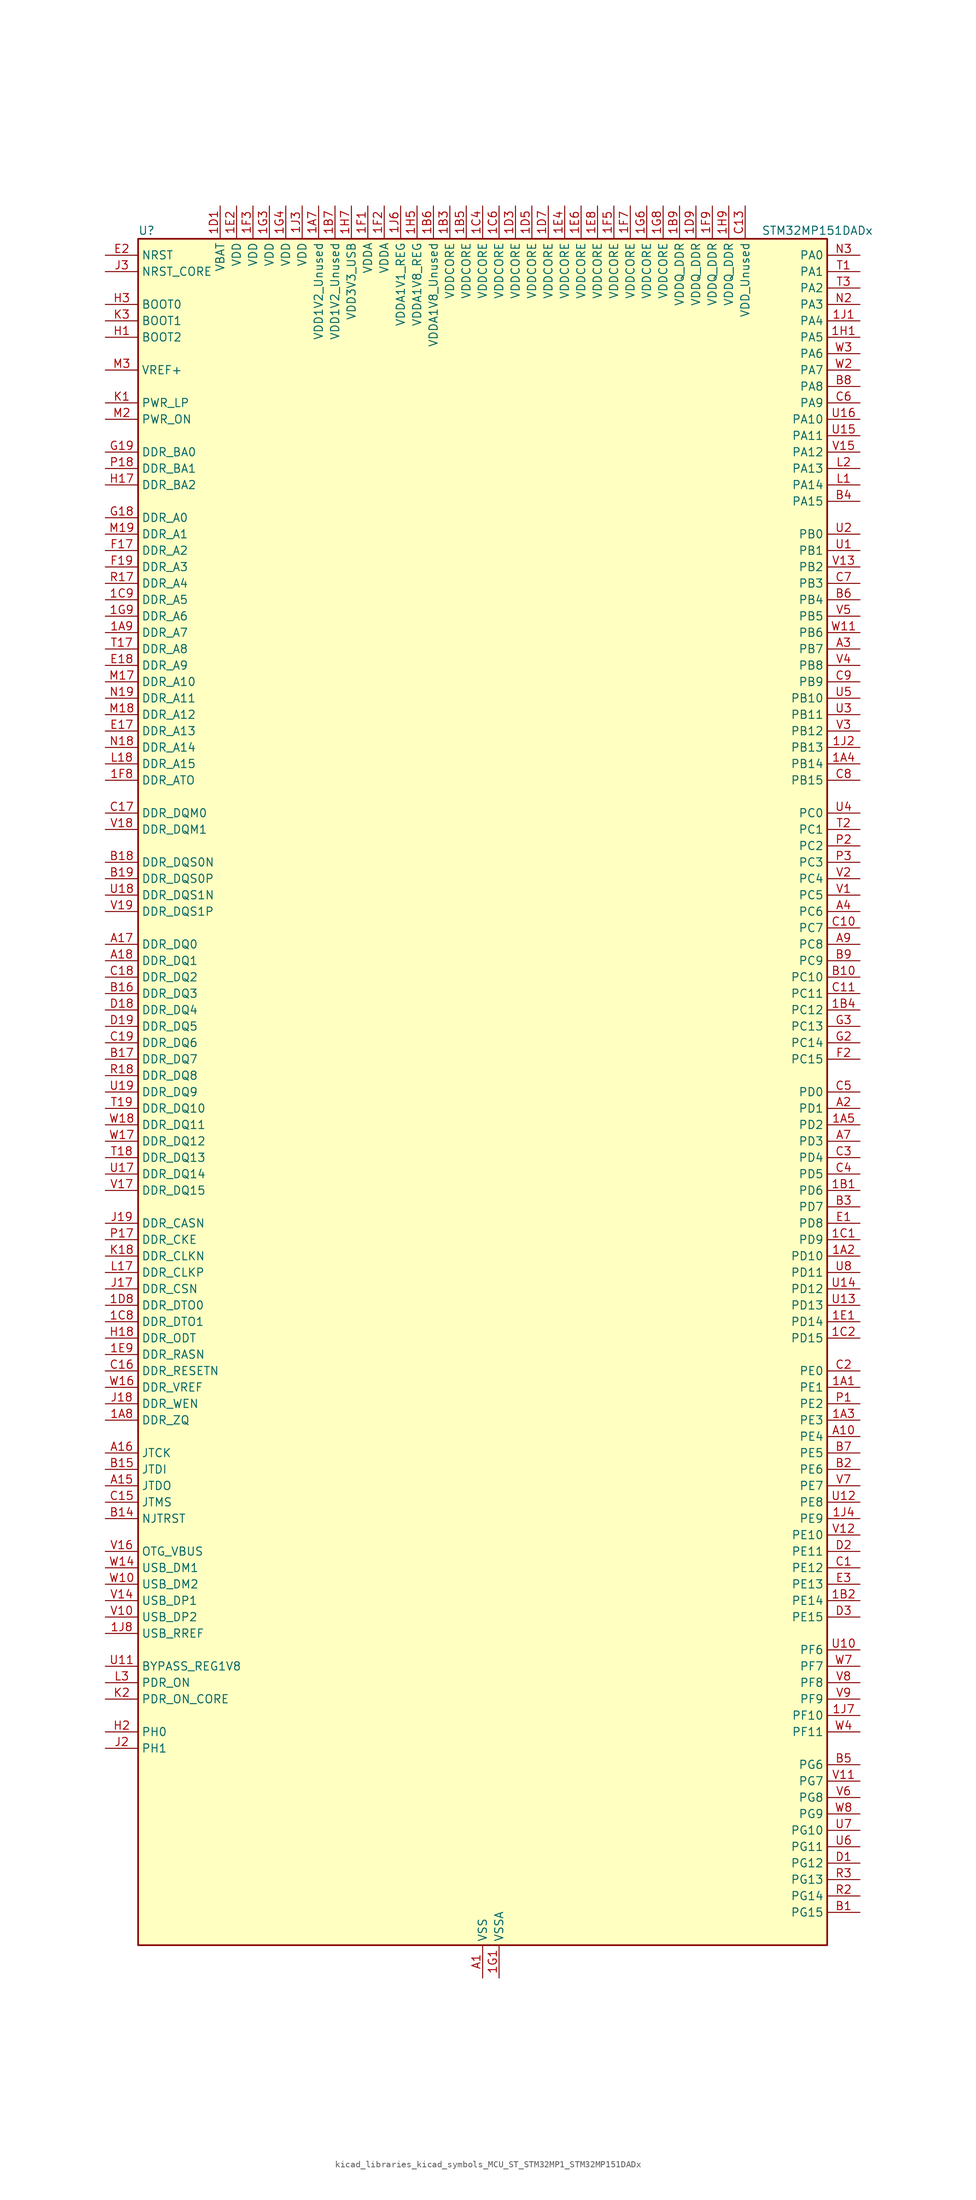
<source format=kicad_sym>
(kicad_symbol_lib
  (version 20220914)
  (generator kicad_symbol_editor)
  (symbol "kicad_libraries_kicad_symbols_MCU_ST_STM32MP1_STM32MP151DADx"
    (property "Reference" "U"
      (at -53.34 133.35 0)
      (effects (font (size 1.27 1.27)) (justify left)))
    (property "Value" "STM32MP151DADx"
      (at 43.18 133.35 0)
      (effects (font (size 1.27 1.27)) (justify left)))
    (property "ki_locked" ""
      (at 0 0 0)
      (effects (font (size 1.27 1.27))))
    (symbol "kicad_libraries_kicad_symbols_MCU_ST_STM32MP1_STM32MP151DADx_0_1"
      (rectangle (start -53.34 -132.08) (end 53.34 132.08) (stroke (width 0.254) (type default)) (fill (type background))))
    (symbol "kicad_libraries_kicad_symbols_MCU_ST_STM32MP1_STM32MP151DADx_1_1"
      (pin bidirectional line (at 58.42 -45.72 180) (length 5.08) (name "PE1" (effects (font (size 1.27 1.27)))) (number "1A1" (effects (font (size 1.27 1.27)))) (alternate "DCMI_D3" bidirectional line) (alternate "FMC_NBL1" bidirectional line) (alternate "I2S2_MCK" bidirectional line) (alternate "LPTIM1_IN2" bidirectional line) (alternate "SAI3_SD_B" bidirectional line) (alternate "UART8_TX" bidirectional line))
      (pin bidirectional line (at 58.42 -25.4 180) (length 5.08) (name "PD10" (effects (font (size 1.27 1.27)))) (number "1A2" (effects (font (size 1.27 1.27)))) (alternate "DFSDM1_CKOUT" bidirectional line) (alternate "FMC_D15" bidirectional line) (alternate "FMC_DA15" bidirectional line) (alternate "I2C5_SMBA" bidirectional line) (alternate "I2S3_SDI" bidirectional line) (alternate "LTDC_B3" bidirectional line) (alternate "RTC_REFIN" bidirectional line) (alternate "SAI3_FS_B" bidirectional line) (alternate "SPI3_MISO" bidirectional line) (alternate "TIM16_BKIN" bidirectional line) (alternate "USART3_CK" bidirectional line))
      (pin bidirectional line (at 58.42 -50.8 180) (length 5.08) (name "PE3" (effects (font (size 1.27 1.27)))) (number "1A3" (effects (font (size 1.27 1.27)))) (alternate "DEBUG_TRACED0" bidirectional line) (alternate "FMC_A19" bidirectional line) (alternate "SAI1_SD_B" bidirectional line) (alternate "SDMMC2_CK" bidirectional line) (alternate "TIM15_BKIN" bidirectional line))
      (pin bidirectional line (at 58.42 50.8 180) (length 5.08) (name "PB14" (effects (font (size 1.27 1.27)))) (number "1A4" (effects (font (size 1.27 1.27)))) (alternate "DFSDM1_DATIN2" bidirectional line) (alternate "I2S2_SDI" bidirectional line) (alternate "SDMMC2_D0" bidirectional line) (alternate "SPI2_MISO" bidirectional line) (alternate "TIM12_CH1" bidirectional line) (alternate "TIM1_CH2N" bidirectional line) (alternate "TIM8_CH2N" bidirectional line) (alternate "USART1_TX" bidirectional line) (alternate "USART3_DE" bidirectional line) (alternate "USART3_RTS" bidirectional line))
      (pin bidirectional line (at 58.42 -5.08 180) (length 5.08) (name "PD2" (effects (font (size 1.27 1.27)))) (number "1A5" (effects (font (size 1.27 1.27)))) (alternate "DCMI_D11" bidirectional line) (alternate "I2C5_SMBA" bidirectional line) (alternate "SDMMC1_CMD" bidirectional line) (alternate "TIM3_ETR" bidirectional line) (alternate "UART4_RX" bidirectional line) (alternate "UART5_RX" bidirectional line))
      (pin passive line (at 0 -137.16 90) (length 5.08) hide (name "VSS" (effects (font (size 1.27 1.27)))) (number "1A6" (effects (font (size 1.27 1.27)))))
      (pin power_in line (at -25.4 137.16 270) (length 5.08) (name "VDD1V2_Unused" (effects (font (size 1.27 1.27)))) (number "1A7" (effects (font (size 1.27 1.27)))))
      (pin bidirectional line (at -58.42 -50.8 0) (length 5.08) (name "DDR_ZQ" (effects (font (size 1.27 1.27)))) (number "1A8" (effects (font (size 1.27 1.27)))) (alternate "DDR_ZQ" bidirectional line))
      (pin bidirectional line (at -58.42 71.12 0) (length 5.08) (name "DDR_A7" (effects (font (size 1.27 1.27)))) (number "1A9" (effects (font (size 1.27 1.27)))) (alternate "DDR_A7" bidirectional line))
      (pin bidirectional line (at 58.42 -15.24 180) (length 5.08) (name "PD6" (effects (font (size 1.27 1.27)))) (number "1B1" (effects (font (size 1.27 1.27)))) (alternate "DCMI_D10" bidirectional line) (alternate "DFSDM1_CKIN4" bidirectional line) (alternate "DFSDM1_DATIN1" bidirectional line) (alternate "FMC_NWAIT" bidirectional line) (alternate "I2S3_SDO" bidirectional line) (alternate "LTDC_B2" bidirectional line) (alternate "SAI1_D1" bidirectional line) (alternate "SAI1_SD_A" bidirectional line) (alternate "SPI3_MOSI" bidirectional line) (alternate "TIM16_CH1N" bidirectional line) (alternate "USART2_RX" bidirectional line))
      (pin bidirectional line (at 58.42 -78.74 180) (length 5.08) (name "PE14" (effects (font (size 1.27 1.27)))) (number "1B2" (effects (font (size 1.27 1.27)))) (alternate "FMC_D11" bidirectional line) (alternate "FMC_DA11" bidirectional line) (alternate "LTDC_CLK" bidirectional line) (alternate "LTDC_G0" bidirectional line) (alternate "SAI2_MCLK_B" bidirectional line) (alternate "SDMMC1_D123DIR" bidirectional line) (alternate "SPI4_MOSI" bidirectional line) (alternate "TIM1_CH4" bidirectional line) (alternate "UART8_DE" bidirectional line) (alternate "UART8_RTS" bidirectional line))
      (pin power_in line (at -5.08 137.16 270) (length 5.08) (name "VDDCORE" (effects (font (size 1.27 1.27)))) (number "1B3" (effects (font (size 1.27 1.27)))))
      (pin bidirectional line (at 58.42 12.7 180) (length 5.08) (name "PC12" (effects (font (size 1.27 1.27)))) (number "1B4" (effects (font (size 1.27 1.27)))) (alternate "DCMI_D9" bidirectional line) (alternate "DEBUG_TRACECLK" bidirectional line) (alternate "I2S3_SDO" bidirectional line) (alternate "RCC_MCO_2" bidirectional line) (alternate "SAI4_D3" bidirectional line) (alternate "SAI4_SD_B" bidirectional line) (alternate "SDMMC1_CK" bidirectional line) (alternate "SPI3_MOSI" bidirectional line) (alternate "UART5_TX" bidirectional line) (alternate "USART3_CK" bidirectional line))
      (pin power_in line (at -2.54 137.16 270) (length 5.08) (name "VDDCORE" (effects (font (size 1.27 1.27)))) (number "1B5" (effects (font (size 1.27 1.27)))))
      (pin power_in line (at -7.62 137.16 270) (length 5.08) (name "VDDA1V8_Unused" (effects (font (size 1.27 1.27)))) (number "1B6" (effects (font (size 1.27 1.27)))))
      (pin power_in line (at -22.86 137.16 270) (length 5.08) (name "VDD1V2_Unused" (effects (font (size 1.27 1.27)))) (number "1B7" (effects (font (size 1.27 1.27)))))
      (pin passive line (at 0 -137.16 90) (length 5.08) hide (name "VSS" (effects (font (size 1.27 1.27)))) (number "1B8" (effects (font (size 1.27 1.27)))))
      (pin power_in line (at 30.48 137.16 270) (length 5.08) (name "VDDQ_DDR" (effects (font (size 1.27 1.27)))) (number "1B9" (effects (font (size 1.27 1.27)))))
      (pin bidirectional line (at 58.42 -22.86 180) (length 5.08) (name "PD9" (effects (font (size 1.27 1.27)))) (number "1C1" (effects (font (size 1.27 1.27)))) (alternate "DAC1_EXTI9" bidirectional line) (alternate "DCMI_HSYNC" bidirectional line) (alternate "DFSDM1_DATIN3" bidirectional line) (alternate "FMC_D14" bidirectional line) (alternate "FMC_DA14" bidirectional line) (alternate "LTDC_B0" bidirectional line) (alternate "SAI3_SD_B" bidirectional line) (alternate "USART3_RX" bidirectional line))
      (pin bidirectional line (at 58.42 -38.1 180) (length 5.08) (name "PD15" (effects (font (size 1.27 1.27)))) (number "1C2" (effects (font (size 1.27 1.27)))) (alternate "ADC1_EXTI15" bidirectional line) (alternate "ADC2_EXTI15" bidirectional line) (alternate "FMC_D1" bidirectional line) (alternate "FMC_DA1" bidirectional line) (alternate "LTDC_R1" bidirectional line) (alternate "SAI3_MCLK_A" bidirectional line) (alternate "TIM4_CH4" bidirectional line) (alternate "UART8_CTS" bidirectional line))
      (pin passive line (at 0 -137.16 90) (length 5.08) hide (name "VSS" (effects (font (size 1.27 1.27)))) (number "1C3" (effects (font (size 1.27 1.27)))))
      (pin power_in line (at 0 137.16 270) (length 5.08) (name "VDDCORE" (effects (font (size 1.27 1.27)))) (number "1C4" (effects (font (size 1.27 1.27)))))
      (pin passive line (at 0 -137.16 90) (length 5.08) hide (name "VSS" (effects (font (size 1.27 1.27)))) (number "1C5" (effects (font (size 1.27 1.27)))))
      (pin power_in line (at 2.54 137.16 270) (length 5.08) (name "VDDCORE" (effects (font (size 1.27 1.27)))) (number "1C6" (effects (font (size 1.27 1.27)))))
      (pin passive line (at 0 -137.16 90) (length 5.08) hide (name "VSS" (effects (font (size 1.27 1.27)))) (number "1C7" (effects (font (size 1.27 1.27)))))
      (pin bidirectional line (at -58.42 -35.56 0) (length 5.08) (name "DDR_DTO1" (effects (font (size 1.27 1.27)))) (number "1C8" (effects (font (size 1.27 1.27)))) (alternate "DDR_DTO1" bidirectional line))
      (pin bidirectional line (at -58.42 76.2 0) (length 5.08) (name "DDR_A5" (effects (font (size 1.27 1.27)))) (number "1C9" (effects (font (size 1.27 1.27)))) (alternate "DDR_A5" bidirectional line))
      (pin power_in line (at -40.64 137.16 270) (length 5.08) (name "VBAT" (effects (font (size 1.27 1.27)))) (number "1D1" (effects (font (size 1.27 1.27)))))
      (pin passive line (at 0 -137.16 90) (length 5.08) hide (name "VSS" (effects (font (size 1.27 1.27)))) (number "1D2" (effects (font (size 1.27 1.27)))))
      (pin power_in line (at 5.08 137.16 270) (length 5.08) (name "VDDCORE" (effects (font (size 1.27 1.27)))) (number "1D3" (effects (font (size 1.27 1.27)))))
      (pin passive line (at 0 -137.16 90) (length 5.08) hide (name "VSS" (effects (font (size 1.27 1.27)))) (number "1D4" (effects (font (size 1.27 1.27)))))
      (pin power_in line (at 7.62 137.16 270) (length 5.08) (name "VDDCORE" (effects (font (size 1.27 1.27)))) (number "1D5" (effects (font (size 1.27 1.27)))))
      (pin passive line (at 0 -137.16 90) (length 5.08) hide (name "VSS" (effects (font (size 1.27 1.27)))) (number "1D6" (effects (font (size 1.27 1.27)))))
      (pin power_in line (at 10.16 137.16 270) (length 5.08) (name "VDDCORE" (effects (font (size 1.27 1.27)))) (number "1D7" (effects (font (size 1.27 1.27)))))
      (pin bidirectional line (at -58.42 -33.02 0) (length 5.08) (name "DDR_DTO0" (effects (font (size 1.27 1.27)))) (number "1D8" (effects (font (size 1.27 1.27)))) (alternate "DDR_DTO0" bidirectional line))
      (pin power_in line (at 33.02 137.16 270) (length 5.08) (name "VDDQ_DDR" (effects (font (size 1.27 1.27)))) (number "1D9" (effects (font (size 1.27 1.27)))))
      (pin bidirectional line (at 58.42 -35.56 180) (length 5.08) (name "PD14" (effects (font (size 1.27 1.27)))) (number "1E1" (effects (font (size 1.27 1.27)))) (alternate "FMC_D0" bidirectional line) (alternate "FMC_DA0" bidirectional line) (alternate "SAI3_MCLK_B" bidirectional line) (alternate "TIM4_CH3" bidirectional line) (alternate "UART8_CTS" bidirectional line))
      (pin power_in line (at -38.1 137.16 270) (length 5.08) (name "VDD" (effects (font (size 1.27 1.27)))) (number "1E2" (effects (font (size 1.27 1.27)))))
      (pin passive line (at 0 -137.16 90) (length 5.08) hide (name "VSS" (effects (font (size 1.27 1.27)))) (number "1E3" (effects (font (size 1.27 1.27)))))
      (pin power_in line (at 12.7 137.16 270) (length 5.08) (name "VDDCORE" (effects (font (size 1.27 1.27)))) (number "1E4" (effects (font (size 1.27 1.27)))))
      (pin passive line (at 0 -137.16 90) (length 5.08) hide (name "VSS" (effects (font (size 1.27 1.27)))) (number "1E5" (effects (font (size 1.27 1.27)))))
      (pin power_in line (at 15.24 137.16 270) (length 5.08) (name "VDDCORE" (effects (font (size 1.27 1.27)))) (number "1E6" (effects (font (size 1.27 1.27)))))
      (pin passive line (at 0 -137.16 90) (length 5.08) hide (name "VSS" (effects (font (size 1.27 1.27)))) (number "1E7" (effects (font (size 1.27 1.27)))))
      (pin power_in line (at 17.78 137.16 270) (length 5.08) (name "VDDCORE" (effects (font (size 1.27 1.27)))) (number "1E8" (effects (font (size 1.27 1.27)))))
      (pin bidirectional line (at -58.42 -40.64 0) (length 5.08) (name "DDR_RASN" (effects (font (size 1.27 1.27)))) (number "1E9" (effects (font (size 1.27 1.27)))) (alternate "DDR_RASN" bidirectional line))
      (pin power_in line (at -17.78 137.16 270) (length 5.08) (name "VDDA" (effects (font (size 1.27 1.27)))) (number "1F1" (effects (font (size 1.27 1.27)))))
      (pin power_in line (at -15.24 137.16 270) (length 5.08) (name "VDDA" (effects (font (size 1.27 1.27)))) (number "1F2" (effects (font (size 1.27 1.27)))))
      (pin power_in line (at -35.56 137.16 270) (length 5.08) (name "VDD" (effects (font (size 1.27 1.27)))) (number "1F3" (effects (font (size 1.27 1.27)))))
      (pin passive line (at 0 -137.16 90) (length 5.08) hide (name "VSS" (effects (font (size 1.27 1.27)))) (number "1F4" (effects (font (size 1.27 1.27)))))
      (pin power_in line (at 20.32 137.16 270) (length 5.08) (name "VDDCORE" (effects (font (size 1.27 1.27)))) (number "1F5" (effects (font (size 1.27 1.27)))))
      (pin passive line (at 0 -137.16 90) (length 5.08) hide (name "VSS" (effects (font (size 1.27 1.27)))) (number "1F6" (effects (font (size 1.27 1.27)))))
      (pin power_in line (at 22.86 137.16 270) (length 5.08) (name "VDDCORE" (effects (font (size 1.27 1.27)))) (number "1F7" (effects (font (size 1.27 1.27)))))
      (pin bidirectional line (at -58.42 48.26 0) (length 5.08) (name "DDR_ATO" (effects (font (size 1.27 1.27)))) (number "1F8" (effects (font (size 1.27 1.27)))) (alternate "DDR_ATO" bidirectional line))
      (pin power_in line (at 35.56 137.16 270) (length 5.08) (name "VDDQ_DDR" (effects (font (size 1.27 1.27)))) (number "1F9" (effects (font (size 1.27 1.27)))))
      (pin power_in line (at 2.54 -137.16 90) (length 5.08) (name "VSSA" (effects (font (size 1.27 1.27)))) (number "1G1" (effects (font (size 1.27 1.27)))))
      (pin passive line (at 0 -137.16 90) (length 5.08) hide (name "VSS" (effects (font (size 1.27 1.27)))) (number "1G2" (effects (font (size 1.27 1.27)))))
      (pin power_in line (at -33.02 137.16 270) (length 5.08) (name "VDD" (effects (font (size 1.27 1.27)))) (number "1G3" (effects (font (size 1.27 1.27)))))
      (pin power_in line (at -30.48 137.16 270) (length 5.08) (name "VDD" (effects (font (size 1.27 1.27)))) (number "1G4" (effects (font (size 1.27 1.27)))))
      (pin passive line (at 0 -137.16 90) (length 5.08) hide (name "VSS" (effects (font (size 1.27 1.27)))) (number "1G5" (effects (font (size 1.27 1.27)))))
      (pin power_in line (at 25.4 137.16 270) (length 5.08) (name "VDDCORE" (effects (font (size 1.27 1.27)))) (number "1G6" (effects (font (size 1.27 1.27)))))
      (pin passive line (at 0 -137.16 90) (length 5.08) hide (name "VSS" (effects (font (size 1.27 1.27)))) (number "1G7" (effects (font (size 1.27 1.27)))))
      (pin power_in line (at 27.94 137.16 270) (length 5.08) (name "VDDCORE" (effects (font (size 1.27 1.27)))) (number "1G8" (effects (font (size 1.27 1.27)))))
      (pin bidirectional line (at -58.42 73.66 0) (length 5.08) (name "DDR_A6" (effects (font (size 1.27 1.27)))) (number "1G9" (effects (font (size 1.27 1.27)))) (alternate "DDR_A6" bidirectional line))
      (pin bidirectional line (at 58.42 116.84 180) (length 5.08) (name "PA5" (effects (font (size 1.27 1.27)))) (number "1H1" (effects (font (size 1.27 1.27)))) (alternate "ADC1_INN18" bidirectional line) (alternate "ADC1_INP19" bidirectional line) (alternate "ADC2_INN18" bidirectional line) (alternate "ADC2_INP19" bidirectional line) (alternate "DAC1_OUT2" bidirectional line) (alternate "I2S1_CK" bidirectional line) (alternate "LTDC_R4" bidirectional line) (alternate "SAI4_CK1" bidirectional line) (alternate "SAI4_MCLK_A" bidirectional line) (alternate "SPI1_SCK" bidirectional line) (alternate "SPI6_SCK" bidirectional line) (alternate "TIM2_CH1" bidirectional line) (alternate "TIM2_ETR" bidirectional line) (alternate "TIM8_CH1N" bidirectional line))
      (pin passive line (at 0 -137.16 90) (length 5.08) hide (name "VSS" (effects (font (size 1.27 1.27)))) (number "1H2" (effects (font (size 1.27 1.27)))))
      (pin passive line (at 0 -137.16 90) (length 5.08) hide (name "VSS" (effects (font (size 1.27 1.27)))) (number "1H3" (effects (font (size 1.27 1.27)))))
      (pin passive line (at 0 -137.16 90) (length 5.08) hide (name "VSS" (effects (font (size 1.27 1.27)))) (number "1H4" (effects (font (size 1.27 1.27)))))
      (pin power_in line (at -10.16 137.16 270) (length 5.08) (name "VDDA1V8_REG" (effects (font (size 1.27 1.27)))) (number "1H5" (effects (font (size 1.27 1.27)))))
      (pin passive line (at 0 -137.16 90) (length 5.08) hide (name "VSS" (effects (font (size 1.27 1.27)))) (number "1H6" (effects (font (size 1.27 1.27)))))
      (pin power_in line (at -20.32 137.16 270) (length 5.08) (name "VDD3V3_USB" (effects (font (size 1.27 1.27)))) (number "1H7" (effects (font (size 1.27 1.27)))))
      (pin passive line (at 0 -137.16 90) (length 5.08) hide (name "VSS" (effects (font (size 1.27 1.27)))) (number "1H8" (effects (font (size 1.27 1.27)))))
      (pin power_in line (at 38.1 137.16 270) (length 5.08) (name "VDDQ_DDR" (effects (font (size 1.27 1.27)))) (number "1H9" (effects (font (size 1.27 1.27)))))
      (pin bidirectional line (at 58.42 119.38 180) (length 5.08) (name "PA4" (effects (font (size 1.27 1.27)))) (number "1J1" (effects (font (size 1.27 1.27)))) (alternate "ADC1_INP18" bidirectional line) (alternate "ADC2_INP18" bidirectional line) (alternate "DAC1_OUT1" bidirectional line) (alternate "DCMI_HSYNC" bidirectional line) (alternate "HDP_HDP0" bidirectional line) (alternate "I2S1_WS" bidirectional line) (alternate "I2S3_WS" bidirectional line) (alternate "LTDC_VSYNC" bidirectional line) (alternate "SAI4_D2" bidirectional line) (alternate "SAI4_FS_A" bidirectional line) (alternate "SPI1_NSS" bidirectional line) (alternate "SPI3_NSS" bidirectional line) (alternate "SPI6_NSS" bidirectional line) (alternate "TIM5_ETR" bidirectional line) (alternate "USART2_CK" bidirectional line))
      (pin bidirectional line (at 58.42 53.34 180) (length 5.08) (name "PB13" (effects (font (size 1.27 1.27)))) (number "1J2" (effects (font (size 1.27 1.27)))) (alternate "DFSDM1_CKIN1" bidirectional line) (alternate "DFSDM1_CKOUT" bidirectional line) (alternate "ETH1_TXD1" bidirectional line) (alternate "I2S2_CK" bidirectional line) (alternate "LPTIM2_OUT" bidirectional line) (alternate "SPI2_SCK" bidirectional line) (alternate "TIM1_CH1N" bidirectional line) (alternate "UART5_TX" bidirectional line) (alternate "USART3_CTS" bidirectional line) (alternate "USART3_NSS" bidirectional line))
      (pin power_in line (at -27.94 137.16 270) (length 5.08) (name "VDD" (effects (font (size 1.27 1.27)))) (number "1J3" (effects (font (size 1.27 1.27)))))
      (pin bidirectional line (at 58.42 -66.04 180) (length 5.08) (name "PE9" (effects (font (size 1.27 1.27)))) (number "1J4" (effects (font (size 1.27 1.27)))) (alternate "DAC1_EXTI9" bidirectional line) (alternate "DFSDM1_CKOUT" bidirectional line) (alternate "FMC_D6" bidirectional line) (alternate "FMC_DA6" bidirectional line) (alternate "QUADSPI_BK2_IO2" bidirectional line) (alternate "TIM1_CH1" bidirectional line) (alternate "UART7_DE" bidirectional line) (alternate "UART7_RTS" bidirectional line))
      (pin passive line (at 0 -137.16 90) (length 5.08) hide (name "VSS" (effects (font (size 1.27 1.27)))) (number "1J5" (effects (font (size 1.27 1.27)))))
      (pin power_in line (at -12.7 137.16 270) (length 5.08) (name "VDDA1V1_REG" (effects (font (size 1.27 1.27)))) (number "1J6" (effects (font (size 1.27 1.27)))))
      (pin bidirectional line (at 58.42 -96.52 180) (length 5.08) (name "PF10" (effects (font (size 1.27 1.27)))) (number "1J7" (effects (font (size 1.27 1.27)))) (alternate "DCMI_D11" bidirectional line) (alternate "LTDC_DE" bidirectional line) (alternate "QUADSPI_CLK" bidirectional line) (alternate "SAI1_D3" bidirectional line) (alternate "SAI1_D4" bidirectional line) (alternate "SAI4_D3" bidirectional line) (alternate "SAI4_D4" bidirectional line) (alternate "TIM16_BKIN" bidirectional line))
      (pin bidirectional line (at -58.42 -83.82 0) (length 5.08) (name "USB_RREF" (effects (font (size 1.27 1.27)))) (number "1J8" (effects (font (size 1.27 1.27)))))
      (pin passive line (at 0 -137.16 90) (length 5.08) hide (name "VSS" (effects (font (size 1.27 1.27)))) (number "1J9" (effects (font (size 1.27 1.27)))))
      (pin power_in line (at 0 -137.16 90) (length 5.08) (name "VSS" (effects (font (size 1.27 1.27)))) (number "A1" (effects (font (size 1.27 1.27)))))
      (pin bidirectional line (at 58.42 -53.34 180) (length 5.08) (name "PE4" (effects (font (size 1.27 1.27)))) (number "A10" (effects (font (size 1.27 1.27)))) (alternate "DCMI_D4" bidirectional line) (alternate "DEBUG_TRACED1" bidirectional line) (alternate "DFSDM1_DATIN3" bidirectional line) (alternate "FMC_A20" bidirectional line) (alternate "LTDC_B0" bidirectional line) (alternate "SAI1_D2" bidirectional line) (alternate "SAI1_FS_A" bidirectional line) (alternate "SDMMC1_CKIN" bidirectional line) (alternate "SDMMC1_D4" bidirectional line) (alternate "SDMMC2_CKIN" bidirectional line) (alternate "SDMMC2_D4" bidirectional line) (alternate "SPI4_NSS" bidirectional line) (alternate "TIM15_CH1N" bidirectional line))
      (pin no_connect line (at -53.34 -132.08 0) (length 5.08) hide (name "DNU" (effects (font (size 1.27 1.27)))) (number "A12" (effects (font (size 1.27 1.27)))))
      (pin no_connect line (at -53.34 -129.54 0) (length 5.08) hide (name "DNU" (effects (font (size 1.27 1.27)))) (number "A13" (effects (font (size 1.27 1.27)))))
      (pin bidirectional line (at -58.42 -60.96 0) (length 5.08) (name "JTDO" (effects (font (size 1.27 1.27)))) (number "A15" (effects (font (size 1.27 1.27)))) (alternate "DEBUG_JTDO-SWO" bidirectional line))
      (pin bidirectional line (at -58.42 -55.88 0) (length 5.08) (name "JTCK" (effects (font (size 1.27 1.27)))) (number "A16" (effects (font (size 1.27 1.27)))) (alternate "DEBUG_JTCK-SWCLK" bidirectional line))
      (pin bidirectional line (at -58.42 22.86 0) (length 5.08) (name "DDR_DQ0" (effects (font (size 1.27 1.27)))) (number "A17" (effects (font (size 1.27 1.27)))) (alternate "DDR_DQ0" bidirectional line))
      (pin bidirectional line (at -58.42 20.32 0) (length 5.08) (name "DDR_DQ1" (effects (font (size 1.27 1.27)))) (number "A18" (effects (font (size 1.27 1.27)))) (alternate "DDR_DQ1" bidirectional line))
      (pin passive line (at 0 -137.16 90) (length 5.08) hide (name "VSS" (effects (font (size 1.27 1.27)))) (number "A19" (effects (font (size 1.27 1.27)))))
      (pin bidirectional line (at 58.42 -2.54 180) (length 5.08) (name "PD1" (effects (font (size 1.27 1.27)))) (number "A2" (effects (font (size 1.27 1.27)))) (alternate "DFSDM1_CKIN7" bidirectional line) (alternate "DFSDM1_DATIN6" bidirectional line) (alternate "FMC_D3" bidirectional line) (alternate "FMC_DA3" bidirectional line) (alternate "I2C5_SCL" bidirectional line) (alternate "I2C6_SCL" bidirectional line) (alternate "SAI3_SD_A" bidirectional line) (alternate "SDMMC3_D0" bidirectional line) (alternate "UART4_TX" bidirectional line))
      (pin bidirectional line (at 58.42 68.58 180) (length 5.08) (name "PB7" (effects (font (size 1.27 1.27)))) (number "A3" (effects (font (size 1.27 1.27)))) (alternate "DCMI_VSYNC" bidirectional line) (alternate "DFSDM1_CKIN5" bidirectional line) (alternate "FMC_NL" bidirectional line) (alternate "I2C1_SDA" bidirectional line) (alternate "I2C4_SDA" bidirectional line) (alternate "SDMMC2_D1" bidirectional line) (alternate "TIM17_CH1N" bidirectional line) (alternate "TIM4_CH2" bidirectional line) (alternate "USART1_RX" bidirectional line))
      (pin bidirectional line (at 58.42 27.94 180) (length 5.08) (name "PC6" (effects (font (size 1.27 1.27)))) (number "A4" (effects (font (size 1.27 1.27)))) (alternate "DCMI_D0" bidirectional line) (alternate "DFSDM1_CKIN3" bidirectional line) (alternate "HDP_HDP1" bidirectional line) (alternate "I2S2_MCK" bidirectional line) (alternate "LTDC_HSYNC" bidirectional line) (alternate "SDMMC1_D0DIR" bidirectional line) (alternate "SDMMC1_D6" bidirectional line) (alternate "SDMMC2_D0DIR" bidirectional line) (alternate "SDMMC2_D6" bidirectional line) (alternate "TIM3_CH1" bidirectional line) (alternate "TIM8_CH1" bidirectional line) (alternate "USART6_TX" bidirectional line))
      (pin passive line (at 0 -137.16 90) (length 5.08) hide (name "VSS" (effects (font (size 1.27 1.27)))) (number "A6" (effects (font (size 1.27 1.27)))))
      (pin bidirectional line (at 58.42 -7.62 180) (length 5.08) (name "PD3" (effects (font (size 1.27 1.27)))) (number "A7" (effects (font (size 1.27 1.27)))) (alternate "DCMI_D5" bidirectional line) (alternate "DFSDM1_CKOUT" bidirectional line) (alternate "DFSDM1_DATIN0" bidirectional line) (alternate "FMC_CLK" bidirectional line) (alternate "HDP_HDP5" bidirectional line) (alternate "I2S2_CK" bidirectional line) (alternate "LTDC_G7" bidirectional line) (alternate "SDMMC1_D123DIR" bidirectional line) (alternate "SDMMC1_D7" bidirectional line) (alternate "SDMMC2_D123DIR" bidirectional line) (alternate "SDMMC2_D7" bidirectional line) (alternate "SPI2_SCK" bidirectional line) (alternate "USART2_CTS" bidirectional line) (alternate "USART2_NSS" bidirectional line))
      (pin bidirectional line (at 58.42 22.86 180) (length 5.08) (name "PC8" (effects (font (size 1.27 1.27)))) (number "A9" (effects (font (size 1.27 1.27)))) (alternate "DCMI_D2" bidirectional line) (alternate "DEBUG_TRACED0" bidirectional line) (alternate "SDMMC1_D0" bidirectional line) (alternate "TIM3_CH3" bidirectional line) (alternate "TIM8_CH3" bidirectional line) (alternate "UART4_TX" bidirectional line) (alternate "UART5_DE" bidirectional line) (alternate "UART5_RTS" bidirectional line) (alternate "USART6_CK" bidirectional line))
      (pin bidirectional line (at 58.42 -127 180) (length 5.08) (name "PG15" (effects (font (size 1.27 1.27)))) (number "B1" (effects (font (size 1.27 1.27)))) (alternate "ADC1_EXTI15" bidirectional line) (alternate "ADC2_EXTI15" bidirectional line) (alternate "DCMI_D13" bidirectional line) (alternate "DEBUG_TRACED7" bidirectional line) (alternate "I2C2_SDA" bidirectional line) (alternate "SAI1_D2" bidirectional line) (alternate "SAI1_FS_A" bidirectional line) (alternate "SDMMC3_CK" bidirectional line) (alternate "USART6_CTS" bidirectional line) (alternate "USART6_NSS" bidirectional line))
      (pin bidirectional line (at 58.42 17.78 180) (length 5.08) (name "PC10" (effects (font (size 1.27 1.27)))) (number "B10" (effects (font (size 1.27 1.27)))) (alternate "DCMI_D8" bidirectional line) (alternate "DEBUG_TRACED2" bidirectional line) (alternate "DFSDM1_CKIN5" bidirectional line) (alternate "I2S3_CK" bidirectional line) (alternate "LTDC_R2" bidirectional line) (alternate "QUADSPI_BK1_IO1" bidirectional line) (alternate "SAI4_MCLK_B" bidirectional line) (alternate "SDMMC1_D2" bidirectional line) (alternate "SPI3_SCK" bidirectional line) (alternate "UART4_TX" bidirectional line) (alternate "USART3_TX" bidirectional line))
      (pin no_connect line (at -53.34 -127 0) (length 5.08) hide (name "DNU" (effects (font (size 1.27 1.27)))) (number "B11" (effects (font (size 1.27 1.27)))))
      (pin no_connect line (at -53.34 -124.46 0) (length 5.08) hide (name "DNU" (effects (font (size 1.27 1.27)))) (number "B12" (effects (font (size 1.27 1.27)))))
      (pin no_connect line (at -53.34 -121.92 0) (length 5.08) hide (name "DNU" (effects (font (size 1.27 1.27)))) (number "B13" (effects (font (size 1.27 1.27)))))
      (pin bidirectional line (at -58.42 -66.04 0) (length 5.08) (name "NJTRST" (effects (font (size 1.27 1.27)))) (number "B14" (effects (font (size 1.27 1.27)))) (alternate "DEBUG_JTRST" bidirectional line))
      (pin bidirectional line (at -58.42 -58.42 0) (length 5.08) (name "JTDI" (effects (font (size 1.27 1.27)))) (number "B15" (effects (font (size 1.27 1.27)))) (alternate "DEBUG_JTDI" bidirectional line))
      (pin bidirectional line (at -58.42 15.24 0) (length 5.08) (name "DDR_DQ3" (effects (font (size 1.27 1.27)))) (number "B16" (effects (font (size 1.27 1.27)))) (alternate "DDR_DQ3" bidirectional line))
      (pin bidirectional line (at -58.42 5.08 0) (length 5.08) (name "DDR_DQ7" (effects (font (size 1.27 1.27)))) (number "B17" (effects (font (size 1.27 1.27)))) (alternate "DDR_DQ7" bidirectional line))
      (pin bidirectional line (at -58.42 35.56 0) (length 5.08) (name "DDR_DQS0N" (effects (font (size 1.27 1.27)))) (number "B18" (effects (font (size 1.27 1.27)))) (alternate "DDR_DQS0N" bidirectional line))
      (pin bidirectional line (at -58.42 33.02 0) (length 5.08) (name "DDR_DQS0P" (effects (font (size 1.27 1.27)))) (number "B19" (effects (font (size 1.27 1.27)))) (alternate "DDR_DQS0P" bidirectional line))
      (pin bidirectional line (at 58.42 -58.42 180) (length 5.08) (name "PE6" (effects (font (size 1.27 1.27)))) (number "B2" (effects (font (size 1.27 1.27)))) (alternate "DCMI_D7" bidirectional line) (alternate "DEBUG_TRACED2" bidirectional line) (alternate "FMC_A22" bidirectional line) (alternate "LTDC_G1" bidirectional line) (alternate "SAI1_D1" bidirectional line) (alternate "SAI1_SD_A" bidirectional line) (alternate "SAI2_MCLK_B" bidirectional line) (alternate "SDMMC1_D2" bidirectional line) (alternate "SDMMC2_D0" bidirectional line) (alternate "SPI4_MOSI" bidirectional line) (alternate "TIM15_CH2" bidirectional line) (alternate "TIM1_BKIN2" bidirectional line))
      (pin bidirectional line (at 58.42 -17.78 180) (length 5.08) (name "PD7" (effects (font (size 1.27 1.27)))) (number "B3" (effects (font (size 1.27 1.27)))) (alternate "DEBUG_TRACED6" bidirectional line) (alternate "DFSDM1_CKIN1" bidirectional line) (alternate "DFSDM1_DATIN4" bidirectional line) (alternate "FMC_NE1" bidirectional line) (alternate "I2C2_SCL" bidirectional line) (alternate "SDMMC3_D3" bidirectional line) (alternate "SPDIFRX_IN0" bidirectional line) (alternate "USART2_CK" bidirectional line))
      (pin bidirectional line (at 58.42 91.44 180) (length 5.08) (name "PA15" (effects (font (size 1.27 1.27)))) (number "B4" (effects (font (size 1.27 1.27)))) (alternate "ADC1_EXTI15" bidirectional line) (alternate "ADC2_EXTI15" bidirectional line) (alternate "CEC" bidirectional line) (alternate "DEBUG_DBTRGI" bidirectional line) (alternate "I2S1_WS" bidirectional line) (alternate "I2S3_WS" bidirectional line) (alternate "LTDC_R1" bidirectional line) (alternate "SAI4_D2" bidirectional line) (alternate "SAI4_FS_A" bidirectional line) (alternate "SDMMC1_CDIR" bidirectional line) (alternate "SDMMC1_D5" bidirectional line) (alternate "SDMMC2_CDIR" bidirectional line) (alternate "SDMMC2_D5" bidirectional line) (alternate "SPI1_NSS" bidirectional line) (alternate "SPI3_NSS" bidirectional line) (alternate "SPI6_NSS" bidirectional line) (alternate "TIM2_CH1" bidirectional line) (alternate "TIM2_ETR" bidirectional line) (alternate "UART4_DE" bidirectional line) (alternate "UART4_RTS" bidirectional line) (alternate "UART7_TX" bidirectional line))
      (pin bidirectional line (at 58.42 -104.14 180) (length 5.08) (name "PG6" (effects (font (size 1.27 1.27)))) (number "B5" (effects (font (size 1.27 1.27)))) (alternate "DCMI_D12" bidirectional line) (alternate "DEBUG_TRACED14" bidirectional line) (alternate "LTDC_R7" bidirectional line) (alternate "SDMMC2_CMD" bidirectional line) (alternate "TIM17_BKIN" bidirectional line))
      (pin bidirectional line (at 58.42 76.2 180) (length 5.08) (name "PB4" (effects (font (size 1.27 1.27)))) (number "B6" (effects (font (size 1.27 1.27)))) (alternate "DEBUG_TRACED8" bidirectional line) (alternate "I2S1_SDI" bidirectional line) (alternate "I2S2_WS" bidirectional line) (alternate "I2S3_SDI" bidirectional line) (alternate "SAI4_CK2" bidirectional line) (alternate "SAI4_SCK_A" bidirectional line) (alternate "SDMMC2_D3" bidirectional line) (alternate "SPI1_MISO" bidirectional line) (alternate "SPI2_NSS" bidirectional line) (alternate "SPI3_MISO" bidirectional line) (alternate "SPI6_MISO" bidirectional line) (alternate "TIM16_BKIN" bidirectional line) (alternate "TIM3_CH1" bidirectional line) (alternate "UART7_TX" bidirectional line))
      (pin bidirectional line (at 58.42 -55.88 180) (length 5.08) (name "PE5" (effects (font (size 1.27 1.27)))) (number "B7" (effects (font (size 1.27 1.27)))) (alternate "DCMI_D6" bidirectional line) (alternate "DEBUG_TRACED3" bidirectional line) (alternate "DFSDM1_CKIN3" bidirectional line) (alternate "FMC_A21" bidirectional line) (alternate "LTDC_G0" bidirectional line) (alternate "SAI1_CK2" bidirectional line) (alternate "SAI1_SCK_A" bidirectional line) (alternate "SDMMC1_D0DIR" bidirectional line) (alternate "SDMMC1_D6" bidirectional line) (alternate "SDMMC2_D0DIR" bidirectional line) (alternate "SDMMC2_D6" bidirectional line) (alternate "SPI4_MISO" bidirectional line) (alternate "TIM15_CH1" bidirectional line))
      (pin bidirectional line (at 58.42 109.22 180) (length 5.08) (name "PA8" (effects (font (size 1.27 1.27)))) (number "B8" (effects (font (size 1.27 1.27)))) (alternate "I2C3_SCL" bidirectional line) (alternate "I2S3_SDO" bidirectional line) (alternate "LTDC_R6" bidirectional line) (alternate "RCC_MCO_1" bidirectional line) (alternate "SAI4_SD_B" bidirectional line) (alternate "SDMMC2_CKIN" bidirectional line) (alternate "SDMMC2_D4" bidirectional line) (alternate "SPI3_MOSI" bidirectional line) (alternate "TIM1_CH1" bidirectional line) (alternate "TIM8_BKIN2" bidirectional line) (alternate "UART7_RX" bidirectional line) (alternate "USART1_CK" bidirectional line) (alternate "USB_OTG_HS_SOF" bidirectional line))
      (pin bidirectional line (at 58.42 20.32 180) (length 5.08) (name "PC9" (effects (font (size 1.27 1.27)))) (number "B9" (effects (font (size 1.27 1.27)))) (alternate "DAC1_EXTI9" bidirectional line) (alternate "DCMI_D3" bidirectional line) (alternate "DEBUG_TRACED1" bidirectional line) (alternate "I2C3_SDA" bidirectional line) (alternate "I2S_CKIN" bidirectional line) (alternate "LTDC_B2" bidirectional line) (alternate "QUADSPI_BK1_IO0" bidirectional line) (alternate "SDMMC1_D1" bidirectional line) (alternate "TIM3_CH4" bidirectional line) (alternate "TIM8_CH4" bidirectional line) (alternate "UART5_CTS" bidirectional line))
      (pin bidirectional line (at 58.42 -73.66 180) (length 5.08) (name "PE12" (effects (font (size 1.27 1.27)))) (number "C1" (effects (font (size 1.27 1.27)))) (alternate "DFSDM1_DATIN5" bidirectional line) (alternate "FMC_D9" bidirectional line) (alternate "FMC_DA9" bidirectional line) (alternate "LTDC_B4" bidirectional line) (alternate "SAI2_SCK_B" bidirectional line) (alternate "SDMMC1_D0DIR" bidirectional line) (alternate "SPI4_SCK" bidirectional line) (alternate "TIM1_CH3N" bidirectional line))
      (pin bidirectional line (at 58.42 25.4 180) (length 5.08) (name "PC7" (effects (font (size 1.27 1.27)))) (number "C10" (effects (font (size 1.27 1.27)))) (alternate "DCMI_D1" bidirectional line) (alternate "DFSDM1_DATIN3" bidirectional line) (alternate "HDP_HDP4" bidirectional line) (alternate "I2S3_MCK" bidirectional line) (alternate "LTDC_G6" bidirectional line) (alternate "SDMMC1_D123DIR" bidirectional line) (alternate "SDMMC1_D7" bidirectional line) (alternate "SDMMC2_D123DIR" bidirectional line) (alternate "SDMMC2_D7" bidirectional line) (alternate "TIM3_CH2" bidirectional line) (alternate "TIM8_CH2" bidirectional line) (alternate "USART6_RX" bidirectional line))
      (pin bidirectional line (at 58.42 15.24 180) (length 5.08) (name "PC11" (effects (font (size 1.27 1.27)))) (number "C11" (effects (font (size 1.27 1.27)))) (alternate "ADC1_EXTI11" bidirectional line) (alternate "ADC2_EXTI11" bidirectional line) (alternate "DCMI_D4" bidirectional line) (alternate "DEBUG_TRACED3" bidirectional line) (alternate "DFSDM1_DATIN5" bidirectional line) (alternate "I2S3_SDI" bidirectional line) (alternate "QUADSPI_BK2_NCS" bidirectional line) (alternate "SAI4_SCK_B" bidirectional line) (alternate "SDMMC1_D3" bidirectional line) (alternate "SPI3_MISO" bidirectional line) (alternate "UART4_RX" bidirectional line) (alternate "USART3_RX" bidirectional line))
      (pin no_connect line (at -53.34 -119.38 0) (length 5.08) hide (name "DNU" (effects (font (size 1.27 1.27)))) (number "C12" (effects (font (size 1.27 1.27)))))
      (pin power_in line (at 40.64 137.16 270) (length 5.08) (name "VDD_Unused" (effects (font (size 1.27 1.27)))) (number "C13" (effects (font (size 1.27 1.27)))))
      (pin passive line (at 0 -137.16 90) (length 5.08) hide (name "VSS" (effects (font (size 1.27 1.27)))) (number "C14" (effects (font (size 1.27 1.27)))))
      (pin bidirectional line (at -58.42 -63.5 0) (length 5.08) (name "JTMS" (effects (font (size 1.27 1.27)))) (number "C15" (effects (font (size 1.27 1.27)))) (alternate "DEBUG_JTMS-SWDIO" bidirectional line))
      (pin bidirectional line (at -58.42 -43.18 0) (length 5.08) (name "DDR_RESETN" (effects (font (size 1.27 1.27)))) (number "C16" (effects (font (size 1.27 1.27)))) (alternate "DDR_RESETN" bidirectional line))
      (pin bidirectional line (at -58.42 43.18 0) (length 5.08) (name "DDR_DQM0" (effects (font (size 1.27 1.27)))) (number "C17" (effects (font (size 1.27 1.27)))) (alternate "DDR_DQM0" bidirectional line))
      (pin bidirectional line (at -58.42 17.78 0) (length 5.08) (name "DDR_DQ2" (effects (font (size 1.27 1.27)))) (number "C18" (effects (font (size 1.27 1.27)))) (alternate "DDR_DQ2" bidirectional line))
      (pin bidirectional line (at -58.42 7.62 0) (length 5.08) (name "DDR_DQ6" (effects (font (size 1.27 1.27)))) (number "C19" (effects (font (size 1.27 1.27)))) (alternate "DDR_DQ6" bidirectional line))
      (pin bidirectional line (at 58.42 -43.18 180) (length 5.08) (name "PE0" (effects (font (size 1.27 1.27)))) (number "C2" (effects (font (size 1.27 1.27)))) (alternate "DCMI_D2" bidirectional line) (alternate "FMC_NBL0" bidirectional line) (alternate "I2S3_CK" bidirectional line) (alternate "LPTIM1_ETR" bidirectional line) (alternate "LPTIM2_ETR" bidirectional line) (alternate "SAI2_MCLK_A" bidirectional line) (alternate "SAI4_MCLK_B" bidirectional line) (alternate "SPI3_SCK" bidirectional line) (alternate "TIM4_ETR" bidirectional line) (alternate "UART8_RX" bidirectional line))
      (pin bidirectional line (at 58.42 -10.16 180) (length 5.08) (name "PD4" (effects (font (size 1.27 1.27)))) (number "C3" (effects (font (size 1.27 1.27)))) (alternate "DFSDM1_CKIN0" bidirectional line) (alternate "FMC_NOE" bidirectional line) (alternate "SAI3_FS_A" bidirectional line) (alternate "SDMMC3_D1" bidirectional line) (alternate "USART2_DE" bidirectional line) (alternate "USART2_RTS" bidirectional line))
      (pin bidirectional line (at 58.42 -12.7 180) (length 5.08) (name "PD5" (effects (font (size 1.27 1.27)))) (number "C4" (effects (font (size 1.27 1.27)))) (alternate "FMC_NWE" bidirectional line) (alternate "SDMMC3_D2" bidirectional line) (alternate "USART2_TX" bidirectional line))
      (pin bidirectional line (at 58.42 0 180) (length 5.08) (name "PD0" (effects (font (size 1.27 1.27)))) (number "C5" (effects (font (size 1.27 1.27)))) (alternate "DFSDM1_CKIN6" bidirectional line) (alternate "DFSDM1_DATIN7" bidirectional line) (alternate "FMC_D2" bidirectional line) (alternate "FMC_DA2" bidirectional line) (alternate "I2C5_SDA" bidirectional line) (alternate "I2C6_SDA" bidirectional line) (alternate "SAI3_SCK_A" bidirectional line) (alternate "SDMMC3_CMD" bidirectional line) (alternate "UART4_RX" bidirectional line))
      (pin bidirectional line (at 58.42 106.68 180) (length 5.08) (name "PA9" (effects (font (size 1.27 1.27)))) (number "C6" (effects (font (size 1.27 1.27)))) (alternate "DAC1_EXTI9" bidirectional line) (alternate "DCMI_D0" bidirectional line) (alternate "I2C3_SMBA" bidirectional line) (alternate "I2S2_CK" bidirectional line) (alternate "LTDC_R5" bidirectional line) (alternate "SDMMC2_CDIR" bidirectional line) (alternate "SDMMC2_D5" bidirectional line) (alternate "SPI2_SCK" bidirectional line) (alternate "TIM1_CH2" bidirectional line) (alternate "USART1_TX" bidirectional line))
      (pin bidirectional line (at 58.42 78.74 180) (length 5.08) (name "PB3" (effects (font (size 1.27 1.27)))) (number "C7" (effects (font (size 1.27 1.27)))) (alternate "DEBUG_TRACED9" bidirectional line) (alternate "I2S1_CK" bidirectional line) (alternate "I2S3_CK" bidirectional line) (alternate "SAI4_CK1" bidirectional line) (alternate "SAI4_MCLK_A" bidirectional line) (alternate "SDMMC2_D2" bidirectional line) (alternate "SPI1_SCK" bidirectional line) (alternate "SPI3_SCK" bidirectional line) (alternate "SPI6_SCK" bidirectional line) (alternate "TIM2_CH2" bidirectional line) (alternate "UART7_RX" bidirectional line))
      (pin bidirectional line (at 58.42 48.26 180) (length 5.08) (name "PB15" (effects (font (size 1.27 1.27)))) (number "C8" (effects (font (size 1.27 1.27)))) (alternate "ADC1_EXTI15" bidirectional line) (alternate "ADC2_EXTI15" bidirectional line) (alternate "DFSDM1_CKIN2" bidirectional line) (alternate "I2S2_SDO" bidirectional line) (alternate "RTC_REFIN" bidirectional line) (alternate "SDMMC2_D1" bidirectional line) (alternate "SPI2_MOSI" bidirectional line) (alternate "TIM12_CH2" bidirectional line) (alternate "TIM1_CH3N" bidirectional line) (alternate "TIM8_CH3N" bidirectional line) (alternate "USART1_RX" bidirectional line))
      (pin bidirectional line (at 58.42 63.5 180) (length 5.08) (name "PB9" (effects (font (size 1.27 1.27)))) (number "C9" (effects (font (size 1.27 1.27)))) (alternate "DAC1_EXTI9" bidirectional line) (alternate "DCMI_D7" bidirectional line) (alternate "DFSDM1_DATIN7" bidirectional line) (alternate "HDP_HDP7" bidirectional line) (alternate "I2C1_SDA" bidirectional line) (alternate "I2C4_SDA" bidirectional line) (alternate "I2S2_WS" bidirectional line) (alternate "LTDC_B7" bidirectional line) (alternate "SDMMC1_CDIR" bidirectional line) (alternate "SDMMC1_D5" bidirectional line) (alternate "SDMMC2_CDIR" bidirectional line) (alternate "SDMMC2_D5" bidirectional line) (alternate "SPI2_NSS" bidirectional line) (alternate "TIM17_CH1" bidirectional line) (alternate "TIM4_CH4" bidirectional line) (alternate "UART4_TX" bidirectional line))
      (pin bidirectional line (at 58.42 -119.38 180) (length 5.08) (name "PG12" (effects (font (size 1.27 1.27)))) (number "D1" (effects (font (size 1.27 1.27)))) (alternate "ETH1_PHY_INTN" bidirectional line) (alternate "FMC_NE4" bidirectional line) (alternate "LPTIM1_IN1" bidirectional line) (alternate "LTDC_B1" bidirectional line) (alternate "LTDC_B4" bidirectional line) (alternate "SAI4_CK2" bidirectional line) (alternate "SAI4_SCK_A" bidirectional line) (alternate "SPDIFRX_IN1" bidirectional line) (alternate "SPI6_MISO" bidirectional line) (alternate "USART6_DE" bidirectional line) (alternate "USART6_RTS" bidirectional line))
      (pin passive line (at 0 -137.16 90) (length 5.08) hide (name "VSS" (effects (font (size 1.27 1.27)))) (number "D17" (effects (font (size 1.27 1.27)))))
      (pin bidirectional line (at -58.42 12.7 0) (length 5.08) (name "DDR_DQ4" (effects (font (size 1.27 1.27)))) (number "D18" (effects (font (size 1.27 1.27)))) (alternate "DDR_DQ4" bidirectional line))
      (pin bidirectional line (at -58.42 10.16 0) (length 5.08) (name "DDR_DQ5" (effects (font (size 1.27 1.27)))) (number "D19" (effects (font (size 1.27 1.27)))) (alternate "DDR_DQ5" bidirectional line))
      (pin bidirectional line (at 58.42 -71.12 180) (length 5.08) (name "PE11" (effects (font (size 1.27 1.27)))) (number "D2" (effects (font (size 1.27 1.27)))) (alternate "ADC1_EXTI11" bidirectional line) (alternate "ADC2_EXTI11" bidirectional line) (alternate "DCMI_D4" bidirectional line) (alternate "DFSDM1_CKIN4" bidirectional line) (alternate "FMC_D8" bidirectional line) (alternate "FMC_DA8" bidirectional line) (alternate "LTDC_G3" bidirectional line) (alternate "SAI2_SD_B" bidirectional line) (alternate "SPI4_NSS" bidirectional line) (alternate "TIM1_CH2" bidirectional line) (alternate "USART6_CK" bidirectional line))
      (pin bidirectional line (at 58.42 -81.28 180) (length 5.08) (name "PE15" (effects (font (size 1.27 1.27)))) (number "D3" (effects (font (size 1.27 1.27)))) (alternate "ADC1_EXTI15" bidirectional line) (alternate "ADC2_EXTI15" bidirectional line) (alternate "FMC_D12" bidirectional line) (alternate "FMC_DA12" bidirectional line) (alternate "FMC_NCE2" bidirectional line) (alternate "HDP_HDP3" bidirectional line) (alternate "LTDC_R7" bidirectional line) (alternate "TIM15_BKIN" bidirectional line) (alternate "TIM1_BKIN" bidirectional line) (alternate "UART8_CTS" bidirectional line) (alternate "USART2_CTS" bidirectional line) (alternate "USART2_NSS" bidirectional line))
      (pin bidirectional line (at 58.42 -20.32 180) (length 5.08) (name "PD8" (effects (font (size 1.27 1.27)))) (number "E1" (effects (font (size 1.27 1.27)))) (alternate "DFSDM1_CKIN3" bidirectional line) (alternate "FMC_D13" bidirectional line) (alternate "FMC_DA13" bidirectional line) (alternate "LTDC_B7" bidirectional line) (alternate "SAI3_SCK_B" bidirectional line) (alternate "SPDIFRX_IN1" bidirectional line) (alternate "USART3_TX" bidirectional line))
      (pin bidirectional line (at -58.42 55.88 0) (length 5.08) (name "DDR_A13" (effects (font (size 1.27 1.27)))) (number "E17" (effects (font (size 1.27 1.27)))) (alternate "DDR_A13" bidirectional line))
      (pin bidirectional line (at -58.42 66.04 0) (length 5.08) (name "DDR_A9" (effects (font (size 1.27 1.27)))) (number "E18" (effects (font (size 1.27 1.27)))) (alternate "DDR_A9" bidirectional line))
      (pin input line (at -58.42 129.54 0) (length 5.08) (name "NRST" (effects (font (size 1.27 1.27)))) (number "E2" (effects (font (size 1.27 1.27)))))
      (pin bidirectional line (at 58.42 -76.2 180) (length 5.08) (name "PE13" (effects (font (size 1.27 1.27)))) (number "E3" (effects (font (size 1.27 1.27)))) (alternate "DCMI_D6" bidirectional line) (alternate "DFSDM1_CKIN5" bidirectional line) (alternate "FMC_D10" bidirectional line) (alternate "FMC_DA10" bidirectional line) (alternate "HDP_HDP2" bidirectional line) (alternate "LTDC_DE" bidirectional line) (alternate "SAI2_FS_B" bidirectional line) (alternate "SPI4_MISO" bidirectional line) (alternate "TIM1_CH3" bidirectional line))
      (pin bidirectional line (at -58.42 83.82 0) (length 5.08) (name "DDR_A2" (effects (font (size 1.27 1.27)))) (number "F17" (effects (font (size 1.27 1.27)))) (alternate "DDR_A2" bidirectional line))
      (pin passive line (at 0 -137.16 90) (length 5.08) hide (name "VSS" (effects (font (size 1.27 1.27)))) (number "F18" (effects (font (size 1.27 1.27)))))
      (pin bidirectional line (at -58.42 81.28 0) (length 5.08) (name "DDR_A3" (effects (font (size 1.27 1.27)))) (number "F19" (effects (font (size 1.27 1.27)))) (alternate "DDR_A3" bidirectional line))
      (pin bidirectional line (at 58.42 5.08 180) (length 5.08) (name "PC15" (effects (font (size 1.27 1.27)))) (number "F2" (effects (font (size 1.27 1.27)))) (alternate "ADC1_EXTI15" bidirectional line) (alternate "ADC2_EXTI15" bidirectional line) (alternate "RCC_OSC32_OUT" bidirectional line))
      (pin passive line (at 0 -137.16 90) (length 5.08) hide (name "VSS" (effects (font (size 1.27 1.27)))) (number "F3" (effects (font (size 1.27 1.27)))))
      (pin passive line (at 0 -137.16 90) (length 5.08) hide (name "VSS" (effects (font (size 1.27 1.27)))) (number "G1" (effects (font (size 1.27 1.27)))))
      (pin passive line (at 0 -137.16 90) (length 5.08) hide (name "VSS" (effects (font (size 1.27 1.27)))) (number "G17" (effects (font (size 1.27 1.27)))))
      (pin bidirectional line (at -58.42 88.9 0) (length 5.08) (name "DDR_A0" (effects (font (size 1.27 1.27)))) (number "G18" (effects (font (size 1.27 1.27)))) (alternate "DDR_A0" bidirectional line))
      (pin bidirectional line (at -58.42 99.06 0) (length 5.08) (name "DDR_BA0" (effects (font (size 1.27 1.27)))) (number "G19" (effects (font (size 1.27 1.27)))) (alternate "DDR_BA0" bidirectional line))
      (pin bidirectional line (at 58.42 7.62 180) (length 5.08) (name "PC14" (effects (font (size 1.27 1.27)))) (number "G2" (effects (font (size 1.27 1.27)))) (alternate "RCC_OSC32_IN" bidirectional line))
      (pin bidirectional line (at 58.42 10.16 180) (length 5.08) (name "PC13" (effects (font (size 1.27 1.27)))) (number "G3" (effects (font (size 1.27 1.27)))) (alternate "PWR_WKUP3" bidirectional line) (alternate "RTC_LSCO" bidirectional line) (alternate "RTC_TS" bidirectional line) (alternate "TAMP_IN1" bidirectional line) (alternate "TAMP_OUT2" bidirectional line) (alternate "TAMP_OUT3" bidirectional line))
      (pin input line (at -58.42 116.84 0) (length 5.08) (name "BOOT2" (effects (font (size 1.27 1.27)))) (number "H1" (effects (font (size 1.27 1.27)))))
      (pin bidirectional line (at -58.42 93.98 0) (length 5.08) (name "DDR_BA2" (effects (font (size 1.27 1.27)))) (number "H17" (effects (font (size 1.27 1.27)))) (alternate "DDR_BA2" bidirectional line))
      (pin bidirectional line (at -58.42 -38.1 0) (length 5.08) (name "DDR_ODT" (effects (font (size 1.27 1.27)))) (number "H18" (effects (font (size 1.27 1.27)))) (alternate "DDR_ODT" bidirectional line))
      (pin bidirectional line (at -58.42 -99.06 0) (length 5.08) (name "PH0" (effects (font (size 1.27 1.27)))) (number "H2" (effects (font (size 1.27 1.27)))) (alternate "RCC_OSC_IN" bidirectional line))
      (pin input line (at -58.42 121.92 0) (length 5.08) (name "BOOT0" (effects (font (size 1.27 1.27)))) (number "H3" (effects (font (size 1.27 1.27)))))
      (pin bidirectional line (at -58.42 -30.48 0) (length 5.08) (name "DDR_CSN" (effects (font (size 1.27 1.27)))) (number "J17" (effects (font (size 1.27 1.27)))) (alternate "DDR_CSN" bidirectional line))
      (pin bidirectional line (at -58.42 -48.26 0) (length 5.08) (name "DDR_WEN" (effects (font (size 1.27 1.27)))) (number "J18" (effects (font (size 1.27 1.27)))) (alternate "DDR_WEN" bidirectional line))
      (pin bidirectional line (at -58.42 -20.32 0) (length 5.08) (name "DDR_CASN" (effects (font (size 1.27 1.27)))) (number "J19" (effects (font (size 1.27 1.27)))) (alternate "DDR_CASN" bidirectional line))
      (pin bidirectional line (at -58.42 -101.6 0) (length 5.08) (name "PH1" (effects (font (size 1.27 1.27)))) (number "J2" (effects (font (size 1.27 1.27)))) (alternate "RCC_OSC_OUT" bidirectional line))
      (pin input line (at -58.42 127 0) (length 5.08) (name "NRST_CORE" (effects (font (size 1.27 1.27)))) (number "J3" (effects (font (size 1.27 1.27)))))
      (pin output line (at -58.42 106.68 0) (length 5.08) (name "PWR_LP" (effects (font (size 1.27 1.27)))) (number "K1" (effects (font (size 1.27 1.27)))))
      (pin passive line (at 0 -137.16 90) (length 5.08) hide (name "VSS" (effects (font (size 1.27 1.27)))) (number "K17" (effects (font (size 1.27 1.27)))))
      (pin bidirectional line (at -58.42 -25.4 0) (length 5.08) (name "DDR_CLKN" (effects (font (size 1.27 1.27)))) (number "K18" (effects (font (size 1.27 1.27)))) (alternate "DDR_CLKN" bidirectional line))
      (pin passive line (at 0 -137.16 90) (length 5.08) hide (name "VSS" (effects (font (size 1.27 1.27)))) (number "K19" (effects (font (size 1.27 1.27)))))
      (pin bidirectional line (at -58.42 -93.98 0) (length 5.08) (name "PDR_ON_CORE" (effects (font (size 1.27 1.27)))) (number "K2" (effects (font (size 1.27 1.27)))))
      (pin input line (at -58.42 119.38 0) (length 5.08) (name "BOOT1" (effects (font (size 1.27 1.27)))) (number "K3" (effects (font (size 1.27 1.27)))))
      (pin bidirectional line (at 58.42 93.98 180) (length 5.08) (name "PA14" (effects (font (size 1.27 1.27)))) (number "L1" (effects (font (size 1.27 1.27)))) (alternate "DEBUG_DBTRGI" bidirectional line) (alternate "DEBUG_DBTRGO" bidirectional line) (alternate "RCC_MCO_2" bidirectional line))
      (pin bidirectional line (at -58.42 -27.94 0) (length 5.08) (name "DDR_CLKP" (effects (font (size 1.27 1.27)))) (number "L17" (effects (font (size 1.27 1.27)))) (alternate "DDR_CLKP" bidirectional line))
      (pin bidirectional line (at -58.42 50.8 0) (length 5.08) (name "DDR_A15" (effects (font (size 1.27 1.27)))) (number "L18" (effects (font (size 1.27 1.27)))) (alternate "DDR_A15" bidirectional line))
      (pin bidirectional line (at 58.42 96.52 180) (length 5.08) (name "PA13" (effects (font (size 1.27 1.27)))) (number "L2" (effects (font (size 1.27 1.27)))) (alternate "DEBUG_DBTRGI" bidirectional line) (alternate "DEBUG_DBTRGO" bidirectional line) (alternate "RCC_MCO_1" bidirectional line) (alternate "UART4_TX" bidirectional line))
      (pin bidirectional line (at -58.42 -91.44 0) (length 5.08) (name "PDR_ON" (effects (font (size 1.27 1.27)))) (number "L3" (effects (font (size 1.27 1.27)))))
      (pin bidirectional line (at -58.42 63.5 0) (length 5.08) (name "DDR_A10" (effects (font (size 1.27 1.27)))) (number "M17" (effects (font (size 1.27 1.27)))) (alternate "DDR_A10" bidirectional line))
      (pin bidirectional line (at -58.42 58.42 0) (length 5.08) (name "DDR_A12" (effects (font (size 1.27 1.27)))) (number "M18" (effects (font (size 1.27 1.27)))) (alternate "DDR_A12" bidirectional line))
      (pin bidirectional line (at -58.42 86.36 0) (length 5.08) (name "DDR_A1" (effects (font (size 1.27 1.27)))) (number "M19" (effects (font (size 1.27 1.27)))) (alternate "DDR_A1" bidirectional line))
      (pin output line (at -58.42 104.14 0) (length 5.08) (name "PWR_ON" (effects (font (size 1.27 1.27)))) (number "M2" (effects (font (size 1.27 1.27)))))
      (pin input line (at -58.42 111.76 0) (length 5.08) (name "VREF+" (effects (font (size 1.27 1.27)))) (number "M3" (effects (font (size 1.27 1.27)))))
      (pin passive line (at 0 -137.16 90) (length 5.08) hide (name "VSS" (effects (font (size 1.27 1.27)))) (number "N1" (effects (font (size 1.27 1.27)))))
      (pin passive line (at 0 -137.16 90) (length 5.08) hide (name "VSS" (effects (font (size 1.27 1.27)))) (number "N17" (effects (font (size 1.27 1.27)))))
      (pin bidirectional line (at -58.42 53.34 0) (length 5.08) (name "DDR_A14" (effects (font (size 1.27 1.27)))) (number "N18" (effects (font (size 1.27 1.27)))) (alternate "DDR_A14" bidirectional line))
      (pin bidirectional line (at -58.42 60.96 0) (length 5.08) (name "DDR_A11" (effects (font (size 1.27 1.27)))) (number "N19" (effects (font (size 1.27 1.27)))) (alternate "DDR_A11" bidirectional line))
      (pin bidirectional line (at 58.42 121.92 180) (length 5.08) (name "PA3" (effects (font (size 1.27 1.27)))) (number "N2" (effects (font (size 1.27 1.27)))) (alternate "ADC1_INP15" bidirectional line) (alternate "ETH1_COL" bidirectional line) (alternate "LPTIM5_OUT" bidirectional line) (alternate "LTDC_B2" bidirectional line) (alternate "LTDC_B5" bidirectional line) (alternate "PWR_PVD_IN" bidirectional line) (alternate "TIM15_CH2" bidirectional line) (alternate "TIM2_CH4" bidirectional line) (alternate "TIM5_CH4" bidirectional line) (alternate "USART2_RX" bidirectional line))
      (pin bidirectional line (at 58.42 129.54 180) (length 5.08) (name "PA0" (effects (font (size 1.27 1.27)))) (number "N3" (effects (font (size 1.27 1.27)))) (alternate "ADC1_INP16" bidirectional line) (alternate "ETH1_CRS" bidirectional line) (alternate "PWR_WKUP1" bidirectional line) (alternate "SAI2_SD_B" bidirectional line) (alternate "SDMMC2_CMD" bidirectional line) (alternate "TIM15_BKIN" bidirectional line) (alternate "TIM2_CH1" bidirectional line) (alternate "TIM2_ETR" bidirectional line) (alternate "TIM5_CH1" bidirectional line) (alternate "TIM8_ETR" bidirectional line) (alternate "UART4_TX" bidirectional line) (alternate "USART2_CTS" bidirectional line) (alternate "USART2_NSS" bidirectional line))
      (pin bidirectional line (at 58.42 -48.26 180) (length 5.08) (name "PE2" (effects (font (size 1.27 1.27)))) (number "P1" (effects (font (size 1.27 1.27)))) (alternate "DEBUG_TRACECLK" bidirectional line) (alternate "ETH1_TXD3" bidirectional line) (alternate "FMC_A23" bidirectional line) (alternate "I2C4_SCL" bidirectional line) (alternate "QUADSPI_BK1_IO2" bidirectional line) (alternate "SAI1_CK1" bidirectional line) (alternate "SAI1_MCLK_A" bidirectional line) (alternate "SPI4_SCK" bidirectional line))
      (pin bidirectional line (at -58.42 -22.86 0) (length 5.08) (name "DDR_CKE" (effects (font (size 1.27 1.27)))) (number "P17" (effects (font (size 1.27 1.27)))) (alternate "DDR_CKE" bidirectional line))
      (pin bidirectional line (at -58.42 96.52 0) (length 5.08) (name "DDR_BA1" (effects (font (size 1.27 1.27)))) (number "P18" (effects (font (size 1.27 1.27)))) (alternate "DDR_BA1" bidirectional line))
      (pin bidirectional line (at 58.42 38.1 180) (length 5.08) (name "PC2" (effects (font (size 1.27 1.27)))) (number "P2" (effects (font (size 1.27 1.27)))) (alternate "ADC1_INN11" bidirectional line) (alternate "ADC1_INP12" bidirectional line) (alternate "DCMI_PIXCLK" bidirectional line) (alternate "DFSDM1_CKIN1" bidirectional line) (alternate "DFSDM1_CKOUT" bidirectional line) (alternate "ETH1_TXD2" bidirectional line) (alternate "I2S2_SDI" bidirectional line) (alternate "SPI2_MISO" bidirectional line))
      (pin bidirectional line (at 58.42 35.56 180) (length 5.08) (name "PC3" (effects (font (size 1.27 1.27)))) (number "P3" (effects (font (size 1.27 1.27)))) (alternate "ADC1_INN12" bidirectional line) (alternate "ADC1_INP13" bidirectional line) (alternate "DEBUG_TRACECLK" bidirectional line) (alternate "DFSDM1_DATIN1" bidirectional line) (alternate "ETH1_TX_CLK" bidirectional line) (alternate "I2S2_SDO" bidirectional line) (alternate "SPI2_MOSI" bidirectional line))
      (pin bidirectional line (at -58.42 78.74 0) (length 5.08) (name "DDR_A4" (effects (font (size 1.27 1.27)))) (number "R17" (effects (font (size 1.27 1.27)))) (alternate "DDR_A4" bidirectional line))
      (pin bidirectional line (at -58.42 2.54 0) (length 5.08) (name "DDR_DQ8" (effects (font (size 1.27 1.27)))) (number "R18" (effects (font (size 1.27 1.27)))) (alternate "DDR_DQ8" bidirectional line))
      (pin passive line (at 0 -137.16 90) (length 5.08) hide (name "VSS" (effects (font (size 1.27 1.27)))) (number "R19" (effects (font (size 1.27 1.27)))))
      (pin bidirectional line (at 58.42 -124.46 180) (length 5.08) (name "PG14" (effects (font (size 1.27 1.27)))) (number "R2" (effects (font (size 1.27 1.27)))) (alternate "DEBUG_TRACED1" bidirectional line) (alternate "ETH1_TXD1" bidirectional line) (alternate "FMC_A25" bidirectional line) (alternate "LPTIM1_ETR" bidirectional line) (alternate "LTDC_B0" bidirectional line) (alternate "QUADSPI_BK2_IO3" bidirectional line) (alternate "SAI4_D1" bidirectional line) (alternate "SAI4_SD_A" bidirectional line) (alternate "SPI6_MOSI" bidirectional line) (alternate "USART6_TX" bidirectional line))
      (pin bidirectional line (at 58.42 -121.92 180) (length 5.08) (name "PG13" (effects (font (size 1.27 1.27)))) (number "R3" (effects (font (size 1.27 1.27)))) (alternate "DEBUG_TRACED0" bidirectional line) (alternate "ETH1_TXD0" bidirectional line) (alternate "FMC_A24" bidirectional line) (alternate "LPTIM1_OUT" bidirectional line) (alternate "LTDC_R0" bidirectional line) (alternate "SAI1_CK2" bidirectional line) (alternate "SAI1_SCK_A" bidirectional line) (alternate "SAI4_CK1" bidirectional line) (alternate "SAI4_MCLK_A" bidirectional line) (alternate "SPI6_SCK" bidirectional line) (alternate "USART6_CTS" bidirectional line) (alternate "USART6_NSS" bidirectional line))
      (pin bidirectional line (at 58.42 127 180) (length 5.08) (name "PA1" (effects (font (size 1.27 1.27)))) (number "T1" (effects (font (size 1.27 1.27)))) (alternate "ADC1_INN16" bidirectional line) (alternate "ADC1_INP17" bidirectional line) (alternate "ETH1_CLK" bidirectional line) (alternate "ETH1_REF_CLK" bidirectional line) (alternate "ETH1_RX_CLK" bidirectional line) (alternate "LPTIM3_OUT" bidirectional line) (alternate "LTDC_R2" bidirectional line) (alternate "QUADSPI_BK1_IO3" bidirectional line) (alternate "SAI2_MCLK_B" bidirectional line) (alternate "TIM15_CH1N" bidirectional line) (alternate "TIM2_CH2" bidirectional line) (alternate "TIM5_CH2" bidirectional line) (alternate "UART4_RX" bidirectional line) (alternate "USART2_DE" bidirectional line) (alternate "USART2_RTS" bidirectional line))
      (pin bidirectional line (at -58.42 68.58 0) (length 5.08) (name "DDR_A8" (effects (font (size 1.27 1.27)))) (number "T17" (effects (font (size 1.27 1.27)))) (alternate "DDR_A8" bidirectional line))
      (pin bidirectional line (at -58.42 -10.16 0) (length 5.08) (name "DDR_DQ13" (effects (font (size 1.27 1.27)))) (number "T18" (effects (font (size 1.27 1.27)))) (alternate "DDR_DQ13" bidirectional line))
      (pin bidirectional line (at -58.42 -2.54 0) (length 5.08) (name "DDR_DQ10" (effects (font (size 1.27 1.27)))) (number "T19" (effects (font (size 1.27 1.27)))) (alternate "DDR_DQ10" bidirectional line))
      (pin bidirectional line (at 58.42 40.64 180) (length 5.08) (name "PC1" (effects (font (size 1.27 1.27)))) (number "T2" (effects (font (size 1.27 1.27)))) (alternate "ADC1_INN10" bidirectional line) (alternate "ADC1_INP11" bidirectional line) (alternate "ADC2_INN10" bidirectional line) (alternate "ADC2_INP11" bidirectional line) (alternate "DEBUG_TRACED0" bidirectional line) (alternate "DFSDM1_CKIN4" bidirectional line) (alternate "DFSDM1_DATIN0" bidirectional line) (alternate "ETH1_MDC" bidirectional line) (alternate "I2S2_SDO" bidirectional line) (alternate "PWR_WKUP6" bidirectional line) (alternate "SAI1_D1" bidirectional line) (alternate "SAI1_SD_A" bidirectional line) (alternate "SDMMC2_CK" bidirectional line) (alternate "SPI2_MOSI" bidirectional line) (alternate "TAMP_IN3" bidirectional line))
      (pin bidirectional line (at 58.42 124.46 180) (length 5.08) (name "PA2" (effects (font (size 1.27 1.27)))) (number "T3" (effects (font (size 1.27 1.27)))) (alternate "ADC1_INP14" bidirectional line) (alternate "ETH1_MDIO" bidirectional line) (alternate "LPTIM4_OUT" bidirectional line) (alternate "LTDC_R1" bidirectional line) (alternate "PWR_WKUP2" bidirectional line) (alternate "SAI2_SCK_B" bidirectional line) (alternate "SDMMC2_D0DIR" bidirectional line) (alternate "TIM15_CH1" bidirectional line) (alternate "TIM2_CH3" bidirectional line) (alternate "TIM5_CH3" bidirectional line) (alternate "USART2_TX" bidirectional line))
      (pin bidirectional line (at 58.42 83.82 180) (length 5.08) (name "PB1" (effects (font (size 1.27 1.27)))) (number "U1" (effects (font (size 1.27 1.27)))) (alternate "ADC1_INP5" bidirectional line) (alternate "ADC2_INP5" bidirectional line) (alternate "DFSDM1_DATIN1" bidirectional line) (alternate "ETH1_RXD3" bidirectional line) (alternate "LTDC_G0" bidirectional line) (alternate "LTDC_R6" bidirectional line) (alternate "TIM1_CH3N" bidirectional line) (alternate "TIM3_CH4" bidirectional line) (alternate "TIM8_CH3N" bidirectional line))
      (pin bidirectional line (at 58.42 -86.36 180) (length 5.08) (name "PF6" (effects (font (size 1.27 1.27)))) (number "U10" (effects (font (size 1.27 1.27)))) (alternate "QUADSPI_BK1_IO3" bidirectional line) (alternate "SAI1_SD_B" bidirectional line) (alternate "SAI4_SCK_B" bidirectional line) (alternate "SPI5_NSS" bidirectional line) (alternate "TIM16_CH1" bidirectional line) (alternate "UART7_RX" bidirectional line))
      (pin bidirectional line (at -58.42 -88.9 0) (length 5.08) (name "BYPASS_REG1V8" (effects (font (size 1.27 1.27)))) (number "U11" (effects (font (size 1.27 1.27)))))
      (pin bidirectional line (at 58.42 -63.5 180) (length 5.08) (name "PE8" (effects (font (size 1.27 1.27)))) (number "U12" (effects (font (size 1.27 1.27)))) (alternate "DFSDM1_CKIN2" bidirectional line) (alternate "FMC_D5" bidirectional line) (alternate "FMC_DA5" bidirectional line) (alternate "QUADSPI_BK2_IO1" bidirectional line) (alternate "TIM1_CH1N" bidirectional line) (alternate "UART7_TX" bidirectional line))
      (pin bidirectional line (at 58.42 -33.02 180) (length 5.08) (name "PD13" (effects (font (size 1.27 1.27)))) (number "U13" (effects (font (size 1.27 1.27)))) (alternate "FMC_A18" bidirectional line) (alternate "I2C1_SDA" bidirectional line) (alternate "I2C4_SDA" bidirectional line) (alternate "I2S3_MCK" bidirectional line) (alternate "LPTIM1_OUT" bidirectional line) (alternate "QUADSPI_BK1_IO3" bidirectional line) (alternate "SAI2_SCK_A" bidirectional line) (alternate "TIM4_CH2" bidirectional line))
      (pin bidirectional line (at 58.42 -30.48 180) (length 5.08) (name "PD12" (effects (font (size 1.27 1.27)))) (number "U14" (effects (font (size 1.27 1.27)))) (alternate "FMC_A17" bidirectional line) (alternate "FMC_ALE" bidirectional line) (alternate "I2C1_SCL" bidirectional line) (alternate "I2C4_SCL" bidirectional line) (alternate "LPTIM1_IN1" bidirectional line) (alternate "LPTIM2_IN1" bidirectional line) (alternate "QUADSPI_BK1_IO1" bidirectional line) (alternate "SAI2_FS_A" bidirectional line) (alternate "TIM4_CH1" bidirectional line) (alternate "USART3_DE" bidirectional line) (alternate "USART3_RTS" bidirectional line))
      (pin bidirectional line (at 58.42 101.6 180) (length 5.08) (name "PA11" (effects (font (size 1.27 1.27)))) (number "U15" (effects (font (size 1.27 1.27)))) (alternate "ADC1_EXTI11" bidirectional line) (alternate "ADC2_EXTI11" bidirectional line) (alternate "I2C5_SCL" bidirectional line) (alternate "I2C6_SCL" bidirectional line) (alternate "I2S2_WS" bidirectional line) (alternate "LTDC_R4" bidirectional line) (alternate "SPI2_NSS" bidirectional line) (alternate "TIM1_CH4" bidirectional line) (alternate "UART4_RX" bidirectional line) (alternate "USART1_CTS" bidirectional line) (alternate "USART1_NSS" bidirectional line))
      (pin bidirectional line (at 58.42 104.14 180) (length 5.08) (name "PA10" (effects (font (size 1.27 1.27)))) (number "U16" (effects (font (size 1.27 1.27)))) (alternate "DCMI_D1" bidirectional line) (alternate "I2S3_WS" bidirectional line) (alternate "LTDC_B1" bidirectional line) (alternate "SAI4_FS_B" bidirectional line) (alternate "SPI3_NSS" bidirectional line) (alternate "TIM1_CH3" bidirectional line) (alternate "USART1_RX" bidirectional line) (alternate "USB_OTG_HS_ID" bidirectional line))
      (pin bidirectional line (at -58.42 -12.7 0) (length 5.08) (name "DDR_DQ14" (effects (font (size 1.27 1.27)))) (number "U17" (effects (font (size 1.27 1.27)))) (alternate "DDR_DQ14" bidirectional line))
      (pin bidirectional line (at -58.42 30.48 0) (length 5.08) (name "DDR_DQS1N" (effects (font (size 1.27 1.27)))) (number "U18" (effects (font (size 1.27 1.27)))) (alternate "DDR_DQS1N" bidirectional line))
      (pin bidirectional line (at -58.42 0 0) (length 5.08) (name "DDR_DQ9" (effects (font (size 1.27 1.27)))) (number "U19" (effects (font (size 1.27 1.27)))) (alternate "DDR_DQ9" bidirectional line))
      (pin bidirectional line (at 58.42 86.36 180) (length 5.08) (name "PB0" (effects (font (size 1.27 1.27)))) (number "U2" (effects (font (size 1.27 1.27)))) (alternate "ADC1_INN5" bidirectional line) (alternate "ADC1_INP9" bidirectional line) (alternate "ADC2_INN5" bidirectional line) (alternate "ADC2_INP9" bidirectional line) (alternate "DFSDM1_CKOUT" bidirectional line) (alternate "ETH1_RXD2" bidirectional line) (alternate "LTDC_G1" bidirectional line) (alternate "LTDC_R3" bidirectional line) (alternate "TIM1_CH2N" bidirectional line) (alternate "TIM3_CH3" bidirectional line) (alternate "TIM8_CH2N" bidirectional line) (alternate "UART4_CTS" bidirectional line))
      (pin bidirectional line (at 58.42 58.42 180) (length 5.08) (name "PB11" (effects (font (size 1.27 1.27)))) (number "U3" (effects (font (size 1.27 1.27)))) (alternate "ADC1_EXTI11" bidirectional line) (alternate "ADC2_EXTI11" bidirectional line) (alternate "DFSDM1_CKIN7" bidirectional line) (alternate "ETH1_TX_CTL" bidirectional line) (alternate "ETH1_TX_EN" bidirectional line) (alternate "I2C2_SDA" bidirectional line) (alternate "LPTIM2_ETR" bidirectional line) (alternate "LTDC_G5" bidirectional line) (alternate "TIM2_CH4" bidirectional line) (alternate "USART3_RX" bidirectional line))
      (pin bidirectional line (at 58.42 43.18 180) (length 5.08) (name "PC0" (effects (font (size 1.27 1.27)))) (number "U4" (effects (font (size 1.27 1.27)))) (alternate "ADC1_INP10" bidirectional line) (alternate "ADC2_INP10" bidirectional line) (alternate "DFSDM1_CKIN0" bidirectional line) (alternate "DFSDM1_DATIN4" bidirectional line) (alternate "LPTIM2_IN2" bidirectional line) (alternate "LTDC_R5" bidirectional line) (alternate "QUADSPI_BK2_NCS" bidirectional line) (alternate "SAI2_FS_B" bidirectional line))
      (pin bidirectional line (at 58.42 60.96 180) (length 5.08) (name "PB10" (effects (font (size 1.27 1.27)))) (number "U5" (effects (font (size 1.27 1.27)))) (alternate "DFSDM1_DATIN7" bidirectional line) (alternate "ETH1_RX_ER" bidirectional line) (alternate "I2C2_SCL" bidirectional line) (alternate "I2S2_CK" bidirectional line) (alternate "LPTIM2_IN1" bidirectional line) (alternate "LTDC_G4" bidirectional line) (alternate "QUADSPI_BK1_NCS" bidirectional line) (alternate "SPI2_SCK" bidirectional line) (alternate "TIM2_CH3" bidirectional line) (alternate "USART3_TX" bidirectional line))
      (pin bidirectional line (at 58.42 -116.84 180) (length 5.08) (name "PG11" (effects (font (size 1.27 1.27)))) (number "U6" (effects (font (size 1.27 1.27)))) (alternate "ADC1_EXTI11" bidirectional line) (alternate "ADC2_EXTI11" bidirectional line) (alternate "DCMI_D3" bidirectional line) (alternate "DEBUG_TRACED11" bidirectional line) (alternate "ETH1_TX_CTL" bidirectional line) (alternate "ETH1_TX_EN" bidirectional line) (alternate "LTDC_B3" bidirectional line) (alternate "SPDIFRX_IN0" bidirectional line) (alternate "UART4_TX" bidirectional line) (alternate "USART1_TX" bidirectional line))
      (pin bidirectional line (at 58.42 -114.3 180) (length 5.08) (name "PG10" (effects (font (size 1.27 1.27)))) (number "U7" (effects (font (size 1.27 1.27)))) (alternate "DCMI_D2" bidirectional line) (alternate "DEBUG_TRACED10" bidirectional line) (alternate "FMC_NE3" bidirectional line) (alternate "LTDC_B2" bidirectional line) (alternate "LTDC_G3" bidirectional line) (alternate "QUADSPI_BK2_IO2" bidirectional line) (alternate "SAI2_SD_B" bidirectional line) (alternate "UART8_CTS" bidirectional line))
      (pin bidirectional line (at 58.42 -27.94 180) (length 5.08) (name "PD11" (effects (font (size 1.27 1.27)))) (number "U8" (effects (font (size 1.27 1.27)))) (alternate "ADC1_EXTI11" bidirectional line) (alternate "ADC2_EXTI11" bidirectional line) (alternate "FMC_A16" bidirectional line) (alternate "FMC_CLE" bidirectional line) (alternate "I2C1_SMBA" bidirectional line) (alternate "I2C4_SMBA" bidirectional line) (alternate "LPTIM2_IN2" bidirectional line) (alternate "QUADSPI_BK1_IO0" bidirectional line) (alternate "SAI2_SD_A" bidirectional line) (alternate "USART3_CTS" bidirectional line) (alternate "USART3_NSS" bidirectional line))
      (pin passive line (at 0 -137.16 90) (length 5.08) hide (name "VSS" (effects (font (size 1.27 1.27)))) (number "U9" (effects (font (size 1.27 1.27)))))
      (pin bidirectional line (at 58.42 30.48 180) (length 5.08) (name "PC5" (effects (font (size 1.27 1.27)))) (number "V1" (effects (font (size 1.27 1.27)))) (alternate "ADC1_INN4" bidirectional line) (alternate "ADC1_INP8" bidirectional line) (alternate "ADC2_INN4" bidirectional line) (alternate "ADC2_INP8" bidirectional line) (alternate "DFSDM1_DATIN2" bidirectional line) (alternate "ETH1_RXD1" bidirectional line) (alternate "SAI1_D3" bidirectional line) (alternate "SAI1_D4" bidirectional line) (alternate "SAI4_D3" bidirectional line) (alternate "SAI4_D4" bidirectional line) (alternate "SPDIFRX_IN3" bidirectional line))
      (pin bidirectional line (at -58.42 -81.28 0) (length 5.08) (name "USB_DP2" (effects (font (size 1.27 1.27)))) (number "V10" (effects (font (size 1.27 1.27)))) (alternate "USBH_HS2_DP" bidirectional line) (alternate "USB_OTG_HS_DP" bidirectional line))
      (pin bidirectional line (at 58.42 -106.68 180) (length 5.08) (name "PG7" (effects (font (size 1.27 1.27)))) (number "V11" (effects (font (size 1.27 1.27)))) (alternate "DCMI_D13" bidirectional line) (alternate "DEBUG_TRACED5" bidirectional line) (alternate "LTDC_CLK" bidirectional line) (alternate "QUADSPI_BK2_IO3" bidirectional line) (alternate "QUADSPI_CLK" bidirectional line) (alternate "SAI1_MCLK_A" bidirectional line) (alternate "UART8_DE" bidirectional line) (alternate "UART8_RTS" bidirectional line) (alternate "USART6_CK" bidirectional line))
      (pin bidirectional line (at 58.42 -68.58 180) (length 5.08) (name "PE10" (effects (font (size 1.27 1.27)))) (number "V12" (effects (font (size 1.27 1.27)))) (alternate "DFSDM1_DATIN4" bidirectional line) (alternate "FMC_D7" bidirectional line) (alternate "FMC_DA7" bidirectional line) (alternate "QUADSPI_BK2_IO3" bidirectional line) (alternate "TIM1_CH2N" bidirectional line) (alternate "UART7_CTS" bidirectional line))
      (pin bidirectional line (at 58.42 81.28 180) (length 5.08) (name "PB2" (effects (font (size 1.27 1.27)))) (number "V13" (effects (font (size 1.27 1.27)))) (alternate "DEBUG_TRACED4" bidirectional line) (alternate "DFSDM1_CKIN1" bidirectional line) (alternate "I2S3_SDO" bidirectional line) (alternate "I2S_CKIN" bidirectional line) (alternate "QUADSPI_CLK" bidirectional line) (alternate "SAI1_D1" bidirectional line) (alternate "SAI1_SD_A" bidirectional line) (alternate "SPI3_MOSI" bidirectional line) (alternate "UART4_RX" bidirectional line) (alternate "USART1_RX" bidirectional line))
      (pin bidirectional line (at -58.42 -78.74 0) (length 5.08) (name "USB_DP1" (effects (font (size 1.27 1.27)))) (number "V14" (effects (font (size 1.27 1.27)))) (alternate "USBH_HS1_DP" bidirectional line))
      (pin bidirectional line (at 58.42 99.06 180) (length 5.08) (name "PA12" (effects (font (size 1.27 1.27)))) (number "V15" (effects (font (size 1.27 1.27)))) (alternate "I2C5_SDA" bidirectional line) (alternate "I2C6_SDA" bidirectional line) (alternate "LTDC_R5" bidirectional line) (alternate "SAI2_FS_B" bidirectional line) (alternate "TIM1_ETR" bidirectional line) (alternate "UART4_TX" bidirectional line) (alternate "USART1_DE" bidirectional line) (alternate "USART1_RTS" bidirectional line))
      (pin bidirectional line (at -58.42 -71.12 0) (length 5.08) (name "OTG_VBUS" (effects (font (size 1.27 1.27)))) (number "V16" (effects (font (size 1.27 1.27)))) (alternate "USB_OTG_HS_VBUS" bidirectional line))
      (pin bidirectional line (at -58.42 -15.24 0) (length 5.08) (name "DDR_DQ15" (effects (font (size 1.27 1.27)))) (number "V17" (effects (font (size 1.27 1.27)))) (alternate "DDR_DQ15" bidirectional line))
      (pin bidirectional line (at -58.42 40.64 0) (length 5.08) (name "DDR_DQM1" (effects (font (size 1.27 1.27)))) (number "V18" (effects (font (size 1.27 1.27)))) (alternate "DDR_DQM1" bidirectional line))
      (pin bidirectional line (at -58.42 27.94 0) (length 5.08) (name "DDR_DQS1P" (effects (font (size 1.27 1.27)))) (number "V19" (effects (font (size 1.27 1.27)))) (alternate "DDR_DQS1P" bidirectional line))
      (pin bidirectional line (at 58.42 33.02 180) (length 5.08) (name "PC4" (effects (font (size 1.27 1.27)))) (number "V2" (effects (font (size 1.27 1.27)))) (alternate "ADC1_INP4" bidirectional line) (alternate "ADC2_INP4" bidirectional line) (alternate "DFSDM1_CKIN2" bidirectional line) (alternate "ETH1_RXD0" bidirectional line) (alternate "I2S1_MCK" bidirectional line) (alternate "SPDIFRX_IN2" bidirectional line))
      (pin bidirectional line (at 58.42 55.88 180) (length 5.08) (name "PB12" (effects (font (size 1.27 1.27)))) (number "V3" (effects (font (size 1.27 1.27)))) (alternate "DFSDM1_DATIN1" bidirectional line) (alternate "ETH1_TXD0" bidirectional line) (alternate "I2C2_SMBA" bidirectional line) (alternate "I2C6_SMBA" bidirectional line) (alternate "I2S2_WS" bidirectional line) (alternate "SPI2_NSS" bidirectional line) (alternate "TIM1_BKIN" bidirectional line) (alternate "UART5_RX" bidirectional line) (alternate "USART3_CK" bidirectional line) (alternate "USART3_RX" bidirectional line))
      (pin bidirectional line (at 58.42 66.04 180) (length 5.08) (name "PB8" (effects (font (size 1.27 1.27)))) (number "V4" (effects (font (size 1.27 1.27)))) (alternate "DCMI_D6" bidirectional line) (alternate "DFSDM1_CKIN7" bidirectional line) (alternate "ETH1_TXD3" bidirectional line) (alternate "HDP_HDP6" bidirectional line) (alternate "I2C1_SCL" bidirectional line) (alternate "I2C4_SCL" bidirectional line) (alternate "LTDC_B6" bidirectional line) (alternate "SDMMC1_CKIN" bidirectional line) (alternate "SDMMC1_D4" bidirectional line) (alternate "SDMMC2_CKIN" bidirectional line) (alternate "SDMMC2_D4" bidirectional line) (alternate "TIM16_CH1" bidirectional line) (alternate "TIM4_CH3" bidirectional line) (alternate "UART4_RX" bidirectional line))
      (pin bidirectional line (at 58.42 73.66 180) (length 5.08) (name "PB5" (effects (font (size 1.27 1.27)))) (number "V5" (effects (font (size 1.27 1.27)))) (alternate "DCMI_D10" bidirectional line) (alternate "ETH1_CLK" bidirectional line) (alternate "ETH1_PPS_OUT" bidirectional line) (alternate "I2C1_SMBA" bidirectional line) (alternate "I2C4_SMBA" bidirectional line) (alternate "I2S1_SDO" bidirectional line) (alternate "I2S3_SDO" bidirectional line) (alternate "LTDC_G7" bidirectional line) (alternate "SAI4_D1" bidirectional line) (alternate "SAI4_SD_A" bidirectional line) (alternate "SPI1_MOSI" bidirectional line) (alternate "SPI3_MOSI" bidirectional line) (alternate "SPI6_MOSI" bidirectional line) (alternate "TIM17_BKIN" bidirectional line) (alternate "TIM3_CH2" bidirectional line) (alternate "UART5_RX" bidirectional line))
      (pin bidirectional line (at 58.42 -109.22 180) (length 5.08) (name "PG8" (effects (font (size 1.27 1.27)))) (number "V6" (effects (font (size 1.27 1.27)))) (alternate "DEBUG_TRACED15" bidirectional line) (alternate "ETH1_CLK" bidirectional line) (alternate "ETH1_PPS_OUT" bidirectional line) (alternate "LTDC_G7" bidirectional line) (alternate "SAI4_D2" bidirectional line) (alternate "SAI4_FS_A" bidirectional line) (alternate "SPDIFRX_IN2" bidirectional line) (alternate "SPI6_NSS" bidirectional line) (alternate "TIM2_CH1" bidirectional line) (alternate "TIM2_ETR" bidirectional line) (alternate "TIM8_ETR" bidirectional line) (alternate "USART3_DE" bidirectional line) (alternate "USART3_RTS" bidirectional line) (alternate "USART6_DE" bidirectional line) (alternate "USART6_RTS" bidirectional line))
      (pin bidirectional line (at 58.42 -60.96 180) (length 5.08) (name "PE7" (effects (font (size 1.27 1.27)))) (number "V7" (effects (font (size 1.27 1.27)))) (alternate "DFSDM1_DATIN2" bidirectional line) (alternate "FMC_D4" bidirectional line) (alternate "FMC_DA4" bidirectional line) (alternate "QUADSPI_BK2_IO0" bidirectional line) (alternate "TIM1_ETR" bidirectional line) (alternate "TIM3_ETR" bidirectional line) (alternate "UART7_RX" bidirectional line))
      (pin bidirectional line (at 58.42 -91.44 180) (length 5.08) (name "PF8" (effects (font (size 1.27 1.27)))) (number "V8" (effects (font (size 1.27 1.27)))) (alternate "DEBUG_TRACED12" bidirectional line) (alternate "QUADSPI_BK1_IO0" bidirectional line) (alternate "SAI1_SCK_B" bidirectional line) (alternate "SPI5_MISO" bidirectional line) (alternate "TIM13_CH1" bidirectional line) (alternate "TIM16_CH1N" bidirectional line) (alternate "UART7_DE" bidirectional line) (alternate "UART7_RTS" bidirectional line))
      (pin bidirectional line (at 58.42 -93.98 180) (length 5.08) (name "PF9" (effects (font (size 1.27 1.27)))) (number "V9" (effects (font (size 1.27 1.27)))) (alternate "DAC1_EXTI9" bidirectional line) (alternate "DEBUG_TRACED13" bidirectional line) (alternate "QUADSPI_BK1_IO1" bidirectional line) (alternate "SAI1_FS_B" bidirectional line) (alternate "SPI5_MOSI" bidirectional line) (alternate "TIM14_CH1" bidirectional line) (alternate "TIM17_CH1N" bidirectional line) (alternate "UART7_CTS" bidirectional line))
      (pin passive line (at 0 -137.16 90) (length 5.08) hide (name "VSS" (effects (font (size 1.27 1.27)))) (number "W1" (effects (font (size 1.27 1.27)))))
      (pin bidirectional line (at -58.42 -76.2 0) (length 5.08) (name "USB_DM2" (effects (font (size 1.27 1.27)))) (number "W10" (effects (font (size 1.27 1.27)))) (alternate "USBH_HS2_DM" bidirectional line) (alternate "USB_OTG_HS_DM" bidirectional line))
      (pin bidirectional line (at 58.42 71.12 180) (length 5.08) (name "PB6" (effects (font (size 1.27 1.27)))) (number "W11" (effects (font (size 1.27 1.27)))) (alternate "CEC" bidirectional line) (alternate "DCMI_D5" bidirectional line) (alternate "DFSDM1_DATIN5" bidirectional line) (alternate "I2C1_SCL" bidirectional line) (alternate "I2C4_SCL" bidirectional line) (alternate "QUADSPI_BK1_NCS" bidirectional line) (alternate "TIM16_CH1N" bidirectional line) (alternate "TIM4_CH1" bidirectional line) (alternate "UART5_TX" bidirectional line) (alternate "USART1_TX" bidirectional line))
      (pin passive line (at 0 -137.16 90) (length 5.08) hide (name "VSS" (effects (font (size 1.27 1.27)))) (number "W13" (effects (font (size 1.27 1.27)))))
      (pin bidirectional line (at -58.42 -73.66 0) (length 5.08) (name "USB_DM1" (effects (font (size 1.27 1.27)))) (number "W14" (effects (font (size 1.27 1.27)))) (alternate "USBH_HS1_DM" bidirectional line))
      (pin bidirectional line (at -58.42 -45.72 0) (length 5.08) (name "DDR_VREF" (effects (font (size 1.27 1.27)))) (number "W16" (effects (font (size 1.27 1.27)))) (alternate "DDR_VREF" bidirectional line))
      (pin bidirectional line (at -58.42 -7.62 0) (length 5.08) (name "DDR_DQ12" (effects (font (size 1.27 1.27)))) (number "W17" (effects (font (size 1.27 1.27)))) (alternate "DDR_DQ12" bidirectional line))
      (pin bidirectional line (at -58.42 -5.08 0) (length 5.08) (name "DDR_DQ11" (effects (font (size 1.27 1.27)))) (number "W18" (effects (font (size 1.27 1.27)))) (alternate "DDR_DQ11" bidirectional line))
      (pin passive line (at 0 -137.16 90) (length 5.08) hide (name "VSS" (effects (font (size 1.27 1.27)))) (number "W19" (effects (font (size 1.27 1.27)))))
      (pin bidirectional line (at 58.42 111.76 180) (length 5.08) (name "PA7" (effects (font (size 1.27 1.27)))) (number "W2" (effects (font (size 1.27 1.27)))) (alternate "ADC1_INN3" bidirectional line) (alternate "ADC1_INP7" bidirectional line) (alternate "ADC2_INN3" bidirectional line) (alternate "ADC2_INP7" bidirectional line) (alternate "ETH1_CRS_DV" bidirectional line) (alternate "ETH1_RX_CTL" bidirectional line) (alternate "ETH1_RX_DV" bidirectional line) (alternate "I2S1_SDO" bidirectional line) (alternate "QUADSPI_CLK" bidirectional line) (alternate "SAI4_D1" bidirectional line) (alternate "SAI4_SD_A" bidirectional line) (alternate "SPI1_MOSI" bidirectional line) (alternate "SPI6_MOSI" bidirectional line) (alternate "TIM14_CH1" bidirectional line) (alternate "TIM1_CH1N" bidirectional line) (alternate "TIM3_CH2" bidirectional line) (alternate "TIM8_CH1N" bidirectional line))
      (pin bidirectional line (at 58.42 114.3 180) (length 5.08) (name "PA6" (effects (font (size 1.27 1.27)))) (number "W3" (effects (font (size 1.27 1.27)))) (alternate "ADC1_INP3" bidirectional line) (alternate "ADC2_INP3" bidirectional line) (alternate "DCMI_PIXCLK" bidirectional line) (alternate "I2S1_SDI" bidirectional line) (alternate "LTDC_G2" bidirectional line) (alternate "SAI4_CK2" bidirectional line) (alternate "SAI4_SCK_A" bidirectional line) (alternate "SPI1_MISO" bidirectional line) (alternate "SPI6_MISO" bidirectional line) (alternate "TIM13_CH1" bidirectional line) (alternate "TIM1_BKIN" bidirectional line) (alternate "TIM3_CH1" bidirectional line) (alternate "TIM8_BKIN" bidirectional line))
      (pin bidirectional line (at 58.42 -99.06 180) (length 5.08) (name "PF11" (effects (font (size 1.27 1.27)))) (number "W4" (effects (font (size 1.27 1.27)))) (alternate "ADC1_EXTI11" bidirectional line) (alternate "ADC1_INP2" bidirectional line) (alternate "ADC2_EXTI11" bidirectional line) (alternate "DCMI_D12" bidirectional line) (alternate "LTDC_G5" bidirectional line) (alternate "SAI2_SD_B" bidirectional line) (alternate "SPI5_MOSI" bidirectional line))
      (pin passive line (at 0 -137.16 90) (length 5.08) hide (name "VSS" (effects (font (size 1.27 1.27)))) (number "W5" (effects (font (size 1.27 1.27)))))
      (pin bidirectional line (at 58.42 -88.9 180) (length 5.08) (name "PF7" (effects (font (size 1.27 1.27)))) (number "W7" (effects (font (size 1.27 1.27)))) (alternate "QUADSPI_BK1_IO2" bidirectional line) (alternate "SAI1_MCLK_B" bidirectional line) (alternate "SPI5_SCK" bidirectional line) (alternate "TIM17_CH1" bidirectional line) (alternate "UART7_TX" bidirectional line))
      (pin bidirectional line (at 58.42 -111.76 180) (length 5.08) (name "PG9" (effects (font (size 1.27 1.27)))) (number "W8" (effects (font (size 1.27 1.27)))) (alternate "DAC1_EXTI9" bidirectional line) (alternate "DCMI_VSYNC" bidirectional line) (alternate "DEBUG_DBTRGO" bidirectional line) (alternate "FMC_NCE" bidirectional line) (alternate "FMC_NE2" bidirectional line) (alternate "LTDC_R1" bidirectional line) (alternate "QUADSPI_BK2_IO2" bidirectional line) (alternate "SAI2_FS_B" bidirectional line) (alternate "SPDIFRX_IN3" bidirectional line) (alternate "USART6_RX" bidirectional line)))))
</source>
